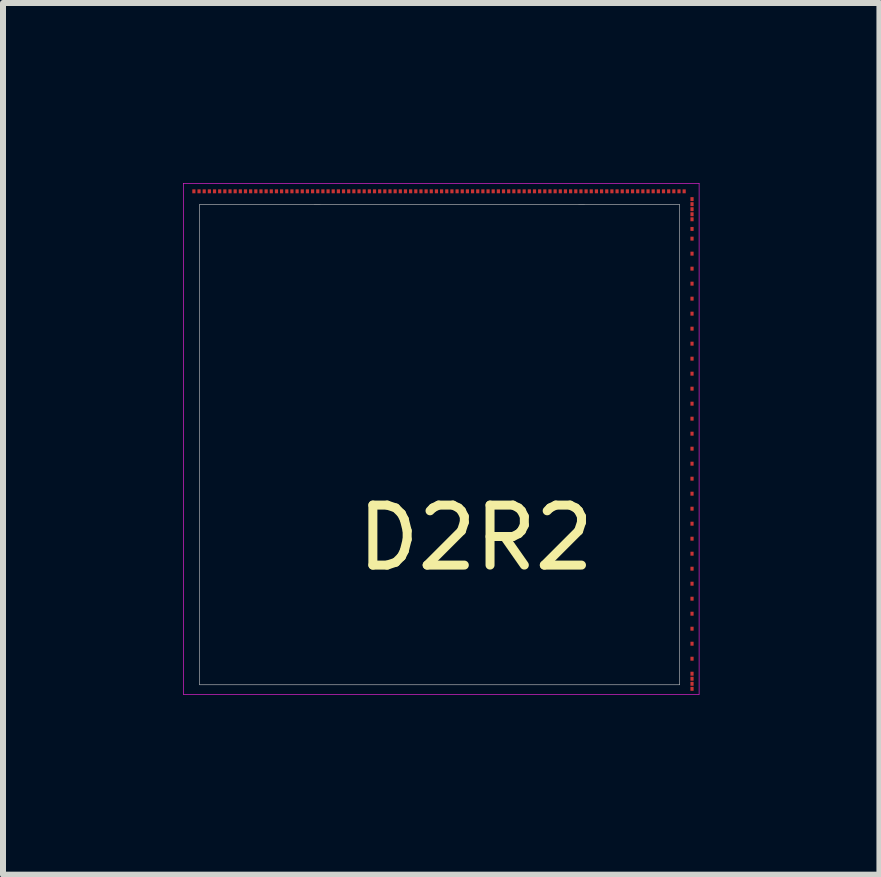
<source format=kicad_pcb>
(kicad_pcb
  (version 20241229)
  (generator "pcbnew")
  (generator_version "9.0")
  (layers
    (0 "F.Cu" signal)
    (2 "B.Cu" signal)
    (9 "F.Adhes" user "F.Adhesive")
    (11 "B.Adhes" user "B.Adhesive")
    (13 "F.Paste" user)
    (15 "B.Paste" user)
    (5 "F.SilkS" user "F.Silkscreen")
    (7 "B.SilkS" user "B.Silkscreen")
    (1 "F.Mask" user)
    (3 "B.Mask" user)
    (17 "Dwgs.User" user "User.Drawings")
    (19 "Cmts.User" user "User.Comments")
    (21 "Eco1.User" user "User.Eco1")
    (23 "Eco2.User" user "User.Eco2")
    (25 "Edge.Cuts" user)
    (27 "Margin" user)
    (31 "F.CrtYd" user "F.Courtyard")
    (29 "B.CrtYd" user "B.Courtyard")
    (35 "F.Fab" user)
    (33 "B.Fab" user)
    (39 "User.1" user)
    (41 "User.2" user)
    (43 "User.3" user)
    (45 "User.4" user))
  (footprint "D2R2"
    (layer "F.Cu")
    (at 4.168 4.302)
    (property "Reference" "D2R2" (at 0.71 1.61 0) (layer "F.SilkS") (effects (font (size 1 1) (thickness 0.15))))
    (attr through_hole)
    (fp_line (start -3.893 -3.943) (end 4.108 -3.941) (stroke (width 0.01) (type solid)) (layer "Dwgs.User"))
    (fp_line (start -3.892 4.059) (end -3.893 -3.943) (stroke (width 0.01) (type solid)) (layer "Dwgs.User"))
    (fp_line (start 4.108 -3.941) (end 4.108 4.059) (stroke (width 0.01) (type solid)) (layer "Dwgs.User"))
    (fp_line (start 4.108 4.059) (end -3.892 4.059) (stroke (width 0.01) (type solid)) (layer "Dwgs.User"))
    (fp_line (start -4.163 -4.297) (end 4.432 -4.297) (stroke (width 0.01) (type solid)) (layer "F.CrtYd"))
    (fp_line (start -4.163 4.218) (end -4.163 -4.297) (stroke (width 0.01) (type solid)) (layer "F.CrtYd"))
    (fp_line (start 4.432 -4.297) (end 4.432 4.219) (stroke (width 0.01) (type solid)) (layer "F.CrtYd"))
    (fp_line (start 4.432 4.218) (end -4.163 4.218) (stroke (width 0.01) (type solid)) (layer "F.CrtYd"))
    (pad "" smd rect (at -3.78 -3.806) (size 0.053 0.066) (layers "Eco1.User"))
    (pad "" smd rect (at -3.78 -3.556) (size 0.053 0.066) (layers "Eco1.User"))
    (pad "" smd rect (at -3.78 -3.306) (size 0.053 0.066) (layers "Eco1.User"))
    (pad "" smd rect (at -3.78 -3.056) (size 0.053 0.066) (layers "Eco1.User"))
    (pad "" smd rect (at -3.78 -2.806) (size 0.053 0.066) (layers "Eco1.User"))
    (pad "" smd rect (at -3.78 -2.556) (size 0.053 0.066) (layers "Eco1.User"))
    (pad "" smd rect (at -3.78 -2.306) (size 0.053 0.066) (layers "Eco1.User"))
    (pad "" smd rect (at -3.78 -2.056) (size 0.053 0.066) (layers "Eco1.User"))
    (pad "" smd rect (at -3.78 -1.806) (size 0.053 0.066) (layers "Eco1.User"))
    (pad "" smd rect (at -3.78 -1.556) (size 0.053 0.066) (layers "Eco1.User"))
    (pad "" smd rect (at -3.78 -1.306) (size 0.053 0.066) (layers "Eco1.User"))
    (pad "" smd rect (at -3.78 -1.056) (size 0.053 0.066) (layers "Eco1.User"))
    (pad "" smd rect (at -3.78 -0.806) (size 0.053 0.066) (layers "Eco1.User"))
    (pad "" smd rect (at -3.78 -0.556) (size 0.053 0.066) (layers "Eco1.User"))
    (pad "" smd rect (at -3.78 -0.306) (size 0.053 0.066) (layers "Eco1.User"))
    (pad "" smd rect (at -3.78 -0.056) (size 0.053 0.066) (layers "Eco1.User"))
    (pad "" smd rect (at -3.78 0.194) (size 0.053 0.066) (layers "Eco1.User"))
    (pad "" smd rect (at -3.78 0.444) (size 0.053 0.066) (layers "Eco1.User"))
    (pad "" smd rect (at -3.78 0.694) (size 0.053 0.066) (layers "Eco1.User"))
    (pad "" smd rect (at -3.78 0.944) (size 0.053 0.066) (layers "Eco1.User"))
    (pad "" smd rect (at -3.78 1.194) (size 0.053 0.066) (layers "Eco1.User"))
    (pad "" smd rect (at -3.78 1.444) (size 0.053 0.066) (layers "Eco1.User"))
    (pad "" smd rect (at -3.78 1.694) (size 0.053 0.066) (layers "Eco1.User"))
    (pad "" smd rect (at -3.78 1.944) (size 0.053 0.066) (layers "Eco1.User"))
    (pad "" smd rect (at -3.78 2.194) (size 0.053 0.066) (layers "Eco1.User"))
    (pad "" smd rect (at -3.78 2.444) (size 0.053 0.066) (layers "Eco1.User"))
    (pad "" smd rect (at -3.78 2.694) (size 0.053 0.066) (layers "Eco1.User"))
    (pad "" smd rect (at -3.78 2.944) (size 0.053 0.066) (layers "Eco1.User"))
    (pad "" smd rect (at -3.78 3.194) (size 0.053 0.066) (layers "Eco1.User"))
    (pad "" smd rect (at -3.78 3.444) (size 0.053 0.066) (layers "Eco1.User"))
    (pad "" smd rect (at -3.78 3.694) (size 0.053 0.066) (layers "Eco1.User"))
    (pad "" smd rect (at -3.78 3.944) (size 0.053 0.066) (layers "Eco1.User"))
    (pad "" smd rect (at -3.53 -3.806) (size 0.053 0.066) (layers "Eco1.User"))
    (pad "" smd rect (at -3.53 -3.556) (size 0.053 0.066) (layers "Eco1.User"))
    (pad "" smd rect (at -3.53 -3.306) (size 0.053 0.066) (layers "Eco1.User"))
    (pad "" smd rect (at -3.53 -3.056) (size 0.053 0.066) (layers "Eco1.User"))
    (pad "" smd rect (at -3.53 -2.806) (size 0.053 0.066) (layers "Eco1.User"))
    (pad "" smd rect (at -3.53 -2.556) (size 0.053 0.066) (layers "Eco1.User"))
    (pad "" smd rect (at -3.53 -2.306) (size 0.053 0.066) (layers "Eco1.User"))
    (pad "" smd rect (at -3.53 -2.056) (size 0.053 0.066) (layers "Eco1.User"))
    (pad "" smd rect (at -3.53 -1.806) (size 0.053 0.066) (layers "Eco1.User"))
    (pad "" smd rect (at -3.53 -1.556) (size 0.053 0.066) (layers "Eco1.User"))
    (pad "" smd rect (at -3.53 -1.306) (size 0.053 0.066) (layers "Eco1.User"))
    (pad "" smd rect (at -3.53 -1.056) (size 0.053 0.066) (layers "Eco1.User"))
    (pad "" smd rect (at -3.53 -0.806) (size 0.053 0.066) (layers "Eco1.User"))
    (pad "" smd rect (at -3.53 -0.556) (size 0.053 0.066) (layers "Eco1.User"))
    (pad "" smd rect (at -3.53 -0.306) (size 0.053 0.066) (layers "Eco1.User"))
    (pad "" smd rect (at -3.53 -0.056) (size 0.053 0.066) (layers "Eco1.User"))
    (pad "" smd rect (at -3.53 0.194) (size 0.053 0.066) (layers "Eco1.User"))
    (pad "" smd rect (at -3.53 0.444) (size 0.053 0.066) (layers "Eco1.User"))
    (pad "" smd rect (at -3.53 0.694) (size 0.053 0.066) (layers "Eco1.User"))
    (pad "" smd rect (at -3.53 0.944) (size 0.053 0.066) (layers "Eco1.User"))
    (pad "" smd rect (at -3.53 1.194) (size 0.053 0.066) (layers "Eco1.User"))
    (pad "" smd rect (at -3.53 1.444) (size 0.053 0.066) (layers "Eco1.User"))
    (pad "" smd rect (at -3.53 1.694) (size 0.053 0.066) (layers "Eco1.User"))
    (pad "" smd rect (at -3.53 1.944) (size 0.053 0.066) (layers "Eco1.User"))
    (pad "" smd rect (at -3.53 2.194) (size 0.053 0.066) (layers "Eco1.User"))
    (pad "" smd rect (at -3.53 2.444) (size 0.053 0.066) (layers "Eco1.User"))
    (pad "" smd rect (at -3.53 2.694) (size 0.053 0.066) (layers "Eco1.User"))
    (pad "" smd rect (at -3.53 2.944) (size 0.053 0.066) (layers "Eco1.User"))
    (pad "" smd rect (at -3.53 3.194) (size 0.053 0.066) (layers "Eco1.User"))
    (pad "" smd rect (at -3.53 3.444) (size 0.053 0.066) (layers "Eco1.User"))
    (pad "" smd rect (at -3.53 3.694) (size 0.053 0.066) (layers "Eco1.User"))
    (pad "" smd rect (at -3.53 3.944) (size 0.053 0.066) (layers "Eco1.User"))
    (pad "" smd rect (at -3.28 -3.806) (size 0.053 0.066) (layers "Eco1.User"))
    (pad "" smd rect (at -3.28 -3.556) (size 0.053 0.066) (layers "Eco1.User"))
    (pad "" smd rect (at -3.28 -3.306) (size 0.053 0.066) (layers "Eco1.User"))
    (pad "" smd rect (at -3.28 -3.056) (size 0.053 0.066) (layers "Eco1.User"))
    (pad "" smd rect (at -3.28 -2.806) (size 0.053 0.066) (layers "Eco1.User"))
    (pad "" smd rect (at -3.28 -2.556) (size 0.053 0.066) (layers "Eco1.User"))
    (pad "" smd rect (at -3.28 -2.306) (size 0.053 0.066) (layers "Eco1.User"))
    (pad "" smd rect (at -3.28 -2.056) (size 0.053 0.066) (layers "Eco1.User"))
    (pad "" smd rect (at -3.28 -1.806) (size 0.053 0.066) (layers "Eco1.User"))
    (pad "" smd rect (at -3.28 -1.556) (size 0.053 0.066) (layers "Eco1.User"))
    (pad "" smd rect (at -3.28 -1.306) (size 0.053 0.066) (layers "Eco1.User"))
    (pad "" smd rect (at -3.28 -1.056) (size 0.053 0.066) (layers "Eco1.User"))
    (pad "" smd rect (at -3.28 -0.806) (size 0.053 0.066) (layers "Eco1.User"))
    (pad "" smd rect (at -3.28 -0.556) (size 0.053 0.066) (layers "Eco1.User"))
    (pad "" smd rect (at -3.28 -0.306) (size 0.053 0.066) (layers "Eco1.User"))
    (pad "" smd rect (at -3.28 -0.056) (size 0.053 0.066) (layers "Eco1.User"))
    (pad "" smd rect (at -3.28 0.194) (size 0.053 0.066) (layers "Eco1.User"))
    (pad "" smd rect (at -3.28 0.444) (size 0.053 0.066) (layers "Eco1.User"))
    (pad "" smd rect (at -3.28 0.694) (size 0.053 0.066) (layers "Eco1.User"))
    (pad "" smd rect (at -3.28 0.944) (size 0.053 0.066) (layers "Eco1.User"))
    (pad "" smd rect (at -3.28 1.194) (size 0.053 0.066) (layers "Eco1.User"))
    (pad "" smd rect (at -3.28 1.444) (size 0.053 0.066) (layers "Eco1.User"))
    (pad "" smd rect (at -3.28 1.694) (size 0.053 0.066) (layers "Eco1.User"))
    (pad "" smd rect (at -3.28 1.944) (size 0.053 0.066) (layers "Eco1.User"))
    (pad "" smd rect (at -3.28 2.194) (size 0.053 0.066) (layers "Eco1.User"))
    (pad "" smd rect (at -3.28 2.444) (size 0.053 0.066) (layers "Eco1.User"))
    (pad "" smd rect (at -3.28 2.694) (size 0.053 0.066) (layers "Eco1.User"))
    (pad "" smd rect (at -3.28 2.944) (size 0.053 0.066) (layers "Eco1.User"))
    (pad "" smd rect (at -3.28 3.194) (size 0.053 0.066) (layers "Eco1.User"))
    (pad "" smd rect (at -3.28 3.444) (size 0.053 0.066) (layers "Eco1.User"))
    (pad "" smd rect (at -3.28 3.694) (size 0.053 0.066) (layers "Eco1.User"))
    (pad "" smd rect (at -3.28 3.944) (size 0.053 0.066) (layers "Eco1.User"))
    (pad "" smd rect (at -3.03 -3.806) (size 0.053 0.066) (layers "Eco1.User"))
    (pad "" smd rect (at -3.03 -3.556) (size 0.053 0.066) (layers "Eco1.User"))
    (pad "" smd rect (at -3.03 -3.306) (size 0.053 0.066) (layers "Eco1.User"))
    (pad "" smd rect (at -3.03 -3.056) (size 0.053 0.066) (layers "Eco1.User"))
    (pad "" smd rect (at -3.03 -2.806) (size 0.053 0.066) (layers "Eco1.User"))
    (pad "" smd rect (at -3.03 -2.556) (size 0.053 0.066) (layers "Eco1.User"))
    (pad "" smd rect (at -3.03 -2.306) (size 0.053 0.066) (layers "Eco1.User"))
    (pad "" smd rect (at -3.03 -2.056) (size 0.053 0.066) (layers "Eco1.User"))
    (pad "" smd rect (at -3.03 -1.806) (size 0.053 0.066) (layers "Eco1.User"))
    (pad "" smd rect (at -3.03 -1.556) (size 0.053 0.066) (layers "Eco1.User"))
    (pad "" smd rect (at -3.03 -1.306) (size 0.053 0.066) (layers "Eco1.User"))
    (pad "" smd rect (at -3.03 -1.056) (size 0.053 0.066) (layers "Eco1.User"))
    (pad "" smd rect (at -3.03 -0.806) (size 0.053 0.066) (layers "Eco1.User"))
    (pad "" smd rect (at -3.03 -0.556) (size 0.053 0.066) (layers "Eco1.User"))
    (pad "" smd rect (at -3.03 -0.306) (size 0.053 0.066) (layers "Eco1.User"))
    (pad "" smd rect (at -3.03 -0.056) (size 0.053 0.066) (layers "Eco1.User"))
    (pad "" smd rect (at -3.03 0.194) (size 0.053 0.066) (layers "Eco1.User"))
    (pad "" smd rect (at -3.03 0.444) (size 0.053 0.066) (layers "Eco1.User"))
    (pad "" smd rect (at -3.03 0.694) (size 0.053 0.066) (layers "Eco1.User"))
    (pad "" smd rect (at -3.03 0.944) (size 0.053 0.066) (layers "Eco1.User"))
    (pad "" smd rect (at -3.03 1.194) (size 0.053 0.066) (layers "Eco1.User"))
    (pad "" smd rect (at -3.03 1.444) (size 0.053 0.066) (layers "Eco1.User"))
    (pad "" smd rect (at -3.03 1.694) (size 0.053 0.066) (layers "Eco1.User"))
    (pad "" smd rect (at -3.03 1.944) (size 0.053 0.066) (layers "Eco1.User"))
    (pad "" smd rect (at -3.03 2.194) (size 0.053 0.066) (layers "Eco1.User"))
    (pad "" smd rect (at -3.03 2.444) (size 0.053 0.066) (layers "Eco1.User"))
    (pad "" smd rect (at -3.03 2.694) (size 0.053 0.066) (layers "Eco1.User"))
    (pad "" smd rect (at -3.03 2.944) (size 0.053 0.066) (layers "Eco1.User"))
    (pad "" smd rect (at -3.03 3.194) (size 0.053 0.066) (layers "Eco1.User"))
    (pad "" smd rect (at -3.03 3.444) (size 0.053 0.066) (layers "Eco1.User"))
    (pad "" smd rect (at -3.03 3.694) (size 0.053 0.066) (layers "Eco1.User"))
    (pad "" smd rect (at -3.03 3.944) (size 0.053 0.066) (layers "Eco1.User"))
    (pad "" smd rect (at -2.78 -3.806) (size 0.053 0.066) (layers "Eco1.User"))
    (pad "" smd rect (at -2.78 -3.556) (size 0.053 0.066) (layers "Eco1.User"))
    (pad "" smd rect (at -2.78 -3.306) (size 0.053 0.066) (layers "Eco1.User"))
    (pad "" smd rect (at -2.78 -3.056) (size 0.053 0.066) (layers "Eco1.User"))
    (pad "" smd rect (at -2.78 -2.806) (size 0.053 0.066) (layers "Eco1.User"))
    (pad "" smd rect (at -2.78 -2.556) (size 0.053 0.066) (layers "Eco1.User"))
    (pad "" smd rect (at -2.78 -2.306) (size 0.053 0.066) (layers "Eco1.User"))
    (pad "" smd rect (at -2.78 -2.056) (size 0.053 0.066) (layers "Eco1.User"))
    (pad "" smd rect (at -2.78 -1.806) (size 0.053 0.066) (layers "Eco1.User"))
    (pad "" smd rect (at -2.78 -1.556) (size 0.053 0.066) (layers "Eco1.User"))
    (pad "" smd rect (at -2.78 -1.306) (size 0.053 0.066) (layers "Eco1.User"))
    (pad "" smd rect (at -2.78 -1.056) (size 0.053 0.066) (layers "Eco1.User"))
    (pad "" smd rect (at -2.78 -0.806) (size 0.053 0.066) (layers "Eco1.User"))
    (pad "" smd rect (at -2.78 -0.556) (size 0.053 0.066) (layers "Eco1.User"))
    (pad "" smd rect (at -2.78 -0.306) (size 0.053 0.066) (layers "Eco1.User"))
    (pad "" smd rect (at -2.78 -0.056) (size 0.053 0.066) (layers "Eco1.User"))
    (pad "" smd rect (at -2.78 0.194) (size 0.053 0.066) (layers "Eco1.User"))
    (pad "" smd rect (at -2.78 0.444) (size 0.053 0.066) (layers "Eco1.User"))
    (pad "" smd rect (at -2.78 0.694) (size 0.053 0.066) (layers "Eco1.User"))
    (pad "" smd rect (at -2.78 0.944) (size 0.053 0.066) (layers "Eco1.User"))
    (pad "" smd rect (at -2.78 1.194) (size 0.053 0.066) (layers "Eco1.User"))
    (pad "" smd rect (at -2.78 1.444) (size 0.053 0.066) (layers "Eco1.User"))
    (pad "" smd rect (at -2.78 1.694) (size 0.053 0.066) (layers "Eco1.User"))
    (pad "" smd rect (at -2.78 1.944) (size 0.053 0.066) (layers "Eco1.User"))
    (pad "" smd rect (at -2.78 2.194) (size 0.053 0.066) (layers "Eco1.User"))
    (pad "" smd rect (at -2.78 2.444) (size 0.053 0.066) (layers "Eco1.User"))
    (pad "" smd rect (at -2.78 2.694) (size 0.053 0.066) (layers "Eco1.User"))
    (pad "" smd rect (at -2.78 2.944) (size 0.053 0.066) (layers "Eco1.User"))
    (pad "" smd rect (at -2.78 3.194) (size 0.053 0.066) (layers "Eco1.User"))
    (pad "" smd rect (at -2.78 3.444) (size 0.053 0.066) (layers "Eco1.User"))
    (pad "" smd rect (at -2.78 3.694) (size 0.053 0.066) (layers "Eco1.User"))
    (pad "" smd rect (at -2.78 3.944) (size 0.053 0.066) (layers "Eco1.User"))
    (pad "" smd rect (at -2.53 -3.806) (size 0.053 0.066) (layers "Eco1.User"))
    (pad "" smd rect (at -2.53 -3.556) (size 0.053 0.066) (layers "Eco1.User"))
    (pad "" smd rect (at -2.53 -3.306) (size 0.053 0.066) (layers "Eco1.User"))
    (pad "" smd rect (at -2.53 -3.056) (size 0.053 0.066) (layers "Eco1.User"))
    (pad "" smd rect (at -2.53 -2.806) (size 0.053 0.066) (layers "Eco1.User"))
    (pad "" smd rect (at -2.53 -2.556) (size 0.053 0.066) (layers "Eco1.User"))
    (pad "" smd rect (at -2.53 -2.306) (size 0.053 0.066) (layers "Eco1.User"))
    (pad "" smd rect (at -2.53 -2.056) (size 0.053 0.066) (layers "Eco1.User"))
    (pad "" smd rect (at -2.53 -1.806) (size 0.053 0.066) (layers "Eco1.User"))
    (pad "" smd rect (at -2.53 -1.556) (size 0.053 0.066) (layers "Eco1.User"))
    (pad "" smd rect (at -2.53 -1.306) (size 0.053 0.066) (layers "Eco1.User"))
    (pad "" smd rect (at -2.53 -1.056) (size 0.053 0.066) (layers "Eco1.User"))
    (pad "" smd rect (at -2.53 -0.806) (size 0.053 0.066) (layers "Eco1.User"))
    (pad "" smd rect (at -2.53 -0.556) (size 0.053 0.066) (layers "Eco1.User"))
    (pad "" smd rect (at -2.53 -0.306) (size 0.053 0.066) (layers "Eco1.User"))
    (pad "" smd rect (at -2.53 -0.056) (size 0.053 0.066) (layers "Eco1.User"))
    (pad "" smd rect (at -2.53 0.194) (size 0.053 0.066) (layers "Eco1.User"))
    (pad "" smd rect (at -2.53 0.444) (size 0.053 0.066) (layers "Eco1.User"))
    (pad "" smd rect (at -2.53 0.694) (size 0.053 0.066) (layers "Eco1.User"))
    (pad "" smd rect (at -2.53 0.944) (size 0.053 0.066) (layers "Eco1.User"))
    (pad "" smd rect (at -2.53 1.194) (size 0.053 0.066) (layers "Eco1.User"))
    (pad "" smd rect (at -2.53 1.444) (size 0.053 0.066) (layers "Eco1.User"))
    (pad "" smd rect (at -2.53 1.694) (size 0.053 0.066) (layers "Eco1.User"))
    (pad "" smd rect (at -2.53 1.944) (size 0.053 0.066) (layers "Eco1.User"))
    (pad "" smd rect (at -2.53 2.194) (size 0.053 0.066) (layers "Eco1.User"))
    (pad "" smd rect (at -2.53 2.444) (size 0.053 0.066) (layers "Eco1.User"))
    (pad "" smd rect (at -2.53 2.694) (size 0.053 0.066) (layers "Eco1.User"))
    (pad "" smd rect (at -2.53 2.944) (size 0.053 0.066) (layers "Eco1.User"))
    (pad "" smd rect (at -2.53 3.194) (size 0.053 0.066) (layers "Eco1.User"))
    (pad "" smd rect (at -2.53 3.444) (size 0.053 0.066) (layers "Eco1.User"))
    (pad "" smd rect (at -2.53 3.694) (size 0.053 0.066) (layers "Eco1.User"))
    (pad "" smd rect (at -2.53 3.944) (size 0.053 0.066) (layers "Eco1.User"))
    (pad "" smd rect (at -2.28 -3.806) (size 0.053 0.066) (layers "Eco1.User"))
    (pad "" smd rect (at -2.28 -3.556) (size 0.053 0.066) (layers "Eco1.User"))
    (pad "" smd rect (at -2.28 -3.306) (size 0.053 0.066) (layers "Eco1.User"))
    (pad "" smd rect (at -2.28 -3.056) (size 0.053 0.066) (layers "Eco1.User"))
    (pad "" smd rect (at -2.28 -2.806) (size 0.053 0.066) (layers "Eco1.User"))
    (pad "" smd rect (at -2.28 -2.556) (size 0.053 0.066) (layers "Eco1.User"))
    (pad "" smd rect (at -2.28 -2.306) (size 0.053 0.066) (layers "Eco1.User"))
    (pad "" smd rect (at -2.28 -2.056) (size 0.053 0.066) (layers "Eco1.User"))
    (pad "" smd rect (at -2.28 -1.806) (size 0.053 0.066) (layers "Eco1.User"))
    (pad "" smd rect (at -2.28 -1.556) (size 0.053 0.066) (layers "Eco1.User"))
    (pad "" smd rect (at -2.28 -1.306) (size 0.053 0.066) (layers "Eco1.User"))
    (pad "" smd rect (at -2.28 -1.056) (size 0.053 0.066) (layers "Eco1.User"))
    (pad "" smd rect (at -2.28 -0.806) (size 0.053 0.066) (layers "Eco1.User"))
    (pad "" smd rect (at -2.28 -0.556) (size 0.053 0.066) (layers "Eco1.User"))
    (pad "" smd rect (at -2.28 -0.306) (size 0.053 0.066) (layers "Eco1.User"))
    (pad "" smd rect (at -2.28 -0.056) (size 0.053 0.066) (layers "Eco1.User"))
    (pad "" smd rect (at -2.28 0.194) (size 0.053 0.066) (layers "Eco1.User"))
    (pad "" smd rect (at -2.28 0.444) (size 0.053 0.066) (layers "Eco1.User"))
    (pad "" smd rect (at -2.28 0.694) (size 0.053 0.066) (layers "Eco1.User"))
    (pad "" smd rect (at -2.28 0.944) (size 0.053 0.066) (layers "Eco1.User"))
    (pad "" smd rect (at -2.28 1.194) (size 0.053 0.066) (layers "Eco1.User"))
    (pad "" smd rect (at -2.28 1.444) (size 0.053 0.066) (layers "Eco1.User"))
    (pad "" smd rect (at -2.28 1.694) (size 0.053 0.066) (layers "Eco1.User"))
    (pad "" smd rect (at -2.28 1.944) (size 0.053 0.066) (layers "Eco1.User"))
    (pad "" smd rect (at -2.28 2.194) (size 0.053 0.066) (layers "Eco1.User"))
    (pad "" smd rect (at -2.28 2.444) (size 0.053 0.066) (layers "Eco1.User"))
    (pad "" smd rect (at -2.28 2.694) (size 0.053 0.066) (layers "Eco1.User"))
    (pad "" smd rect (at -2.28 2.944) (size 0.053 0.066) (layers "Eco1.User"))
    (pad "" smd rect (at -2.28 3.194) (size 0.053 0.066) (layers "Eco1.User"))
    (pad "" smd rect (at -2.28 3.444) (size 0.053 0.066) (layers "Eco1.User"))
    (pad "" smd rect (at -2.28 3.694) (size 0.053 0.066) (layers "Eco1.User"))
    (pad "" smd rect (at -2.28 3.944) (size 0.053 0.066) (layers "Eco1.User"))
    (pad "" smd rect (at -2.03 -3.806) (size 0.053 0.066) (layers "Eco1.User"))
    (pad "" smd rect (at -2.03 -3.556) (size 0.053 0.066) (layers "Eco1.User"))
    (pad "" smd rect (at -2.03 -3.306) (size 0.053 0.066) (layers "Eco1.User"))
    (pad "" smd rect (at -2.03 -3.056) (size 0.053 0.066) (layers "Eco1.User"))
    (pad "" smd rect (at -2.03 -2.806) (size 0.053 0.066) (layers "Eco1.User"))
    (pad "" smd rect (at -2.03 -2.556) (size 0.053 0.066) (layers "Eco1.User"))
    (pad "" smd rect (at -2.03 -2.306) (size 0.053 0.066) (layers "Eco1.User"))
    (pad "" smd rect (at -2.03 -2.056) (size 0.053 0.066) (layers "Eco1.User"))
    (pad "" smd rect (at -2.03 -1.806) (size 0.053 0.066) (layers "Eco1.User"))
    (pad "" smd rect (at -2.03 -1.556) (size 0.053 0.066) (layers "Eco1.User"))
    (pad "" smd rect (at -2.03 -1.306) (size 0.053 0.066) (layers "Eco1.User"))
    (pad "" smd rect (at -2.03 -1.056) (size 0.053 0.066) (layers "Eco1.User"))
    (pad "" smd rect (at -2.03 -0.806) (size 0.053 0.066) (layers "Eco1.User"))
    (pad "" smd rect (at -2.03 -0.556) (size 0.053 0.066) (layers "Eco1.User"))
    (pad "" smd rect (at -2.03 -0.306) (size 0.053 0.066) (layers "Eco1.User"))
    (pad "" smd rect (at -2.03 -0.056) (size 0.053 0.066) (layers "Eco1.User"))
    (pad "" smd rect (at -2.03 0.194) (size 0.053 0.066) (layers "Eco1.User"))
    (pad "" smd rect (at -2.03 0.444) (size 0.053 0.066) (layers "Eco1.User"))
    (pad "" smd rect (at -2.03 0.694) (size 0.053 0.066) (layers "Eco1.User"))
    (pad "" smd rect (at -2.03 0.944) (size 0.053 0.066) (layers "Eco1.User"))
    (pad "" smd rect (at -2.03 1.194) (size 0.053 0.066) (layers "Eco1.User"))
    (pad "" smd rect (at -2.03 1.444) (size 0.053 0.066) (layers "Eco1.User"))
    (pad "" smd rect (at -2.03 1.694) (size 0.053 0.066) (layers "Eco1.User"))
    (pad "" smd rect (at -2.03 1.944) (size 0.053 0.066) (layers "Eco1.User"))
    (pad "" smd rect (at -2.03 2.194) (size 0.053 0.066) (layers "Eco1.User"))
    (pad "" smd rect (at -2.03 2.444) (size 0.053 0.066) (layers "Eco1.User"))
    (pad "" smd rect (at -2.03 2.694) (size 0.053 0.066) (layers "Eco1.User"))
    (pad "" smd rect (at -2.03 2.944) (size 0.053 0.066) (layers "Eco1.User"))
    (pad "" smd rect (at -2.03 3.194) (size 0.053 0.066) (layers "Eco1.User"))
    (pad "" smd rect (at -2.03 3.444) (size 0.053 0.066) (layers "Eco1.User"))
    (pad "" smd rect (at -2.03 3.694) (size 0.053 0.066) (layers "Eco1.User"))
    (pad "" smd rect (at -2.03 3.944) (size 0.053 0.066) (layers "Eco1.User"))
    (pad "" smd rect (at -1.78 -3.806) (size 0.053 0.066) (layers "Eco1.User"))
    (pad "" smd rect (at -1.78 -3.556) (size 0.053 0.066) (layers "Eco1.User"))
    (pad "" smd rect (at -1.78 -3.306) (size 0.053 0.066) (layers "Eco1.User"))
    (pad "" smd rect (at -1.78 -3.056) (size 0.053 0.066) (layers "Eco1.User"))
    (pad "" smd rect (at -1.78 -2.806) (size 0.053 0.066) (layers "Eco1.User"))
    (pad "" smd rect (at -1.78 -2.556) (size 0.053 0.066) (layers "Eco1.User"))
    (pad "" smd rect (at -1.78 -2.306) (size 0.053 0.066) (layers "Eco1.User"))
    (pad "" smd rect (at -1.78 -2.056) (size 0.053 0.066) (layers "Eco1.User"))
    (pad "" smd rect (at -1.78 -1.806) (size 0.053 0.066) (layers "Eco1.User"))
    (pad "" smd rect (at -1.78 -1.556) (size 0.053 0.066) (layers "Eco1.User"))
    (pad "" smd rect (at -1.78 -1.306) (size 0.053 0.066) (layers "Eco1.User"))
    (pad "" smd rect (at -1.78 -1.056) (size 0.053 0.066) (layers "Eco1.User"))
    (pad "" smd rect (at -1.78 -0.806) (size 0.053 0.066) (layers "Eco1.User"))
    (pad "" smd rect (at -1.78 -0.556) (size 0.053 0.066) (layers "Eco1.User"))
    (pad "" smd rect (at -1.78 -0.306) (size 0.053 0.066) (layers "Eco1.User"))
    (pad "" smd rect (at -1.78 -0.056) (size 0.053 0.066) (layers "Eco1.User"))
    (pad "" smd rect (at -1.78 0.194) (size 0.053 0.066) (layers "Eco1.User"))
    (pad "" smd rect (at -1.78 0.444) (size 0.053 0.066) (layers "Eco1.User"))
    (pad "" smd rect (at -1.78 0.694) (size 0.053 0.066) (layers "Eco1.User"))
    (pad "" smd rect (at -1.78 0.944) (size 0.053 0.066) (layers "Eco1.User"))
    (pad "" smd rect (at -1.78 1.194) (size 0.053 0.066) (layers "Eco1.User"))
    (pad "" smd rect (at -1.78 1.444) (size 0.053 0.066) (layers "Eco1.User"))
    (pad "" smd rect (at -1.78 1.694) (size 0.053 0.066) (layers "Eco1.User"))
    (pad "" smd rect (at -1.78 1.944) (size 0.053 0.066) (layers "Eco1.User"))
    (pad "" smd rect (at -1.78 2.194) (size 0.053 0.066) (layers "Eco1.User"))
    (pad "" smd rect (at -1.78 2.444) (size 0.053 0.066) (layers "Eco1.User"))
    (pad "" smd rect (at -1.78 2.694) (size 0.053 0.066) (layers "Eco1.User"))
    (pad "" smd rect (at -1.78 2.944) (size 0.053 0.066) (layers "Eco1.User"))
    (pad "" smd rect (at -1.78 3.194) (size 0.053 0.066) (layers "Eco1.User"))
    (pad "" smd rect (at -1.78 3.444) (size 0.053 0.066) (layers "Eco1.User"))
    (pad "" smd rect (at -1.78 3.694) (size 0.053 0.066) (layers "Eco1.User"))
    (pad "" smd rect (at -1.78 3.944) (size 0.053 0.066) (layers "Eco1.User"))
    (pad "" smd rect (at -1.53 -3.806) (size 0.053 0.066) (layers "Eco1.User"))
    (pad "" smd rect (at -1.53 -3.556) (size 0.053 0.066) (layers "Eco1.User"))
    (pad "" smd rect (at -1.53 -3.306) (size 0.053 0.066) (layers "Eco1.User"))
    (pad "" smd rect (at -1.53 -3.056) (size 0.053 0.066) (layers "Eco1.User"))
    (pad "" smd rect (at -1.53 -2.806) (size 0.053 0.066) (layers "Eco1.User"))
    (pad "" smd rect (at -1.53 -2.556) (size 0.053 0.066) (layers "Eco1.User"))
    (pad "" smd rect (at -1.53 -2.306) (size 0.053 0.066) (layers "Eco1.User"))
    (pad "" smd rect (at -1.53 -2.056) (size 0.053 0.066) (layers "Eco1.User"))
    (pad "" smd rect (at -1.53 -1.806) (size 0.053 0.066) (layers "Eco1.User"))
    (pad "" smd rect (at -1.53 -1.556) (size 0.053 0.066) (layers "Eco1.User"))
    (pad "" smd rect (at -1.53 -1.306) (size 0.053 0.066) (layers "Eco1.User"))
    (pad "" smd rect (at -1.53 -1.056) (size 0.053 0.066) (layers "Eco1.User"))
    (pad "" smd rect (at -1.53 -0.806) (size 0.053 0.066) (layers "Eco1.User"))
    (pad "" smd rect (at -1.53 -0.556) (size 0.053 0.066) (layers "Eco1.User"))
    (pad "" smd rect (at -1.53 -0.306) (size 0.053 0.066) (layers "Eco1.User"))
    (pad "" smd rect (at -1.53 -0.056) (size 0.053 0.066) (layers "Eco1.User"))
    (pad "" smd rect (at -1.53 0.194) (size 0.053 0.066) (layers "Eco1.User"))
    (pad "" smd rect (at -1.53 0.444) (size 0.053 0.066) (layers "Eco1.User"))
    (pad "" smd rect (at -1.53 0.694) (size 0.053 0.066) (layers "Eco1.User"))
    (pad "" smd rect (at -1.53 0.944) (size 0.053 0.066) (layers "Eco1.User"))
    (pad "" smd rect (at -1.53 1.194) (size 0.053 0.066) (layers "Eco1.User"))
    (pad "" smd rect (at -1.53 1.444) (size 0.053 0.066) (layers "Eco1.User"))
    (pad "" smd rect (at -1.53 1.694) (size 0.053 0.066) (layers "Eco1.User"))
    (pad "" smd rect (at -1.53 1.944) (size 0.053 0.066) (layers "Eco1.User"))
    (pad "" smd rect (at -1.53 2.194) (size 0.053 0.066) (layers "Eco1.User"))
    (pad "" smd rect (at -1.53 2.444) (size 0.053 0.066) (layers "Eco1.User"))
    (pad "" smd rect (at -1.53 2.694) (size 0.053 0.066) (layers "Eco1.User"))
    (pad "" smd rect (at -1.53 2.944) (size 0.053 0.066) (layers "Eco1.User"))
    (pad "" smd rect (at -1.53 3.194) (size 0.053 0.066) (layers "Eco1.User"))
    (pad "" smd rect (at -1.53 3.444) (size 0.053 0.066) (layers "Eco1.User"))
    (pad "" smd rect (at -1.53 3.694) (size 0.053 0.066) (layers "Eco1.User"))
    (pad "" smd rect (at -1.53 3.944) (size 0.053 0.066) (layers "Eco1.User"))
    (pad "" smd rect (at -1.28 -3.806) (size 0.053 0.066) (layers "Eco1.User"))
    (pad "" smd rect (at -1.28 -3.556) (size 0.053 0.066) (layers "Eco1.User"))
    (pad "" smd rect (at -1.28 -3.306) (size 0.053 0.066) (layers "Eco1.User"))
    (pad "" smd rect (at -1.28 -3.056) (size 0.053 0.066) (layers "Eco1.User"))
    (pad "" smd rect (at -1.28 -2.806) (size 0.053 0.066) (layers "Eco1.User"))
    (pad "" smd rect (at -1.28 -2.556) (size 0.053 0.066) (layers "Eco1.User"))
    (pad "" smd rect (at -1.28 -2.306) (size 0.053 0.066) (layers "Eco1.User"))
    (pad "" smd rect (at -1.28 -2.056) (size 0.053 0.066) (layers "Eco1.User"))
    (pad "" smd rect (at -1.28 -1.806) (size 0.053 0.066) (layers "Eco1.User"))
    (pad "" smd rect (at -1.28 -1.556) (size 0.053 0.066) (layers "Eco1.User"))
    (pad "" smd rect (at -1.28 -1.306) (size 0.053 0.066) (layers "Eco1.User"))
    (pad "" smd rect (at -1.28 -1.056) (size 0.053 0.066) (layers "Eco1.User"))
    (pad "" smd rect (at -1.28 -0.806) (size 0.053 0.066) (layers "Eco1.User"))
    (pad "" smd rect (at -1.28 -0.556) (size 0.053 0.066) (layers "Eco1.User"))
    (pad "" smd rect (at -1.28 -0.306) (size 0.053 0.066) (layers "Eco1.User"))
    (pad "" smd rect (at -1.28 -0.056) (size 0.053 0.066) (layers "Eco1.User"))
    (pad "" smd rect (at -1.28 0.194) (size 0.053 0.066) (layers "Eco1.User"))
    (pad "" smd rect (at -1.28 0.444) (size 0.053 0.066) (layers "Eco1.User"))
    (pad "" smd rect (at -1.28 0.694) (size 0.053 0.066) (layers "Eco1.User"))
    (pad "" smd rect (at -1.28 0.944) (size 0.053 0.066) (layers "Eco1.User"))
    (pad "" smd rect (at -1.28 1.194) (size 0.053 0.066) (layers "Eco1.User"))
    (pad "" smd rect (at -1.28 1.444) (size 0.053 0.066) (layers "Eco1.User"))
    (pad "" smd rect (at -1.28 1.694) (size 0.053 0.066) (layers "Eco1.User"))
    (pad "" smd rect (at -1.28 1.944) (size 0.053 0.066) (layers "Eco1.User"))
    (pad "" smd rect (at -1.28 2.194) (size 0.053 0.066) (layers "Eco1.User"))
    (pad "" smd rect (at -1.28 2.444) (size 0.053 0.066) (layers "Eco1.User"))
    (pad "" smd rect (at -1.28 2.694) (size 0.053 0.066) (layers "Eco1.User"))
    (pad "" smd rect (at -1.28 2.944) (size 0.053 0.066) (layers "Eco1.User"))
    (pad "" smd rect (at -1.28 3.194) (size 0.053 0.066) (layers "Eco1.User"))
    (pad "" smd rect (at -1.28 3.444) (size 0.053 0.066) (layers "Eco1.User"))
    (pad "" smd rect (at -1.28 3.694) (size 0.053 0.066) (layers "Eco1.User"))
    (pad "" smd rect (at -1.28 3.944) (size 0.053 0.066) (layers "Eco1.User"))
    (pad "" smd rect (at -1.03 -3.806) (size 0.053 0.066) (layers "Eco1.User"))
    (pad "" smd rect (at -1.03 -3.556) (size 0.053 0.066) (layers "Eco1.User"))
    (pad "" smd rect (at -1.03 -3.306) (size 0.053 0.066) (layers "Eco1.User"))
    (pad "" smd rect (at -1.03 -3.056) (size 0.053 0.066) (layers "Eco1.User"))
    (pad "" smd rect (at -1.03 -2.806) (size 0.053 0.066) (layers "Eco1.User"))
    (pad "" smd rect (at -1.03 -2.556) (size 0.053 0.066) (layers "Eco1.User"))
    (pad "" smd rect (at -1.03 -2.306) (size 0.053 0.066) (layers "Eco1.User"))
    (pad "" smd rect (at -1.03 -2.056) (size 0.053 0.066) (layers "Eco1.User"))
    (pad "" smd rect (at -1.03 -1.806) (size 0.053 0.066) (layers "Eco1.User"))
    (pad "" smd rect (at -1.03 -1.556) (size 0.053 0.066) (layers "Eco1.User"))
    (pad "" smd rect (at -1.03 -1.306) (size 0.053 0.066) (layers "Eco1.User"))
    (pad "" smd rect (at -1.03 -1.056) (size 0.053 0.066) (layers "Eco1.User"))
    (pad "" smd rect (at -1.03 -0.806) (size 0.053 0.066) (layers "Eco1.User"))
    (pad "" smd rect (at -1.03 -0.556) (size 0.053 0.066) (layers "Eco1.User"))
    (pad "" smd rect (at -1.03 -0.306) (size 0.053 0.066) (layers "Eco1.User"))
    (pad "" smd rect (at -1.03 -0.056) (size 0.053 0.066) (layers "Eco1.User"))
    (pad "" smd rect (at -1.03 0.194) (size 0.053 0.066) (layers "Eco1.User"))
    (pad "" smd rect (at -1.03 0.444) (size 0.053 0.066) (layers "Eco1.User"))
    (pad "" smd rect (at -1.03 0.694) (size 0.053 0.066) (layers "Eco1.User"))
    (pad "" smd rect (at -1.03 0.944) (size 0.053 0.066) (layers "Eco1.User"))
    (pad "" smd rect (at -1.03 1.194) (size 0.053 0.066) (layers "Eco1.User"))
    (pad "" smd rect (at -1.03 1.444) (size 0.053 0.066) (layers "Eco1.User"))
    (pad "" smd rect (at -1.03 1.694) (size 0.053 0.066) (layers "Eco1.User"))
    (pad "" smd rect (at -1.03 1.944) (size 0.053 0.066) (layers "Eco1.User"))
    (pad "" smd rect (at -1.03 2.194) (size 0.053 0.066) (layers "Eco1.User"))
    (pad "" smd rect (at -1.03 2.444) (size 0.053 0.066) (layers "Eco1.User"))
    (pad "" smd rect (at -1.03 2.694) (size 0.053 0.066) (layers "Eco1.User"))
    (pad "" smd rect (at -1.03 2.944) (size 0.053 0.066) (layers "Eco1.User"))
    (pad "" smd rect (at -1.03 3.194) (size 0.053 0.066) (layers "Eco1.User"))
    (pad "" smd rect (at -1.03 3.444) (size 0.053 0.066) (layers "Eco1.User"))
    (pad "" smd rect (at -1.03 3.694) (size 0.053 0.066) (layers "Eco1.User"))
    (pad "" smd rect (at -1.03 3.944) (size 0.053 0.066) (layers "Eco1.User"))
    (pad "" smd rect (at -0.78 -3.806) (size 0.053 0.066) (layers "Eco1.User"))
    (pad "" smd rect (at -0.78 -3.556) (size 0.053 0.066) (layers "Eco1.User"))
    (pad "" smd rect (at -0.78 -3.306) (size 0.053 0.066) (layers "Eco1.User"))
    (pad "" smd rect (at -0.78 -3.056) (size 0.053 0.066) (layers "Eco1.User"))
    (pad "" smd rect (at -0.78 -2.806) (size 0.053 0.066) (layers "Eco1.User"))
    (pad "" smd rect (at -0.78 -2.556) (size 0.053 0.066) (layers "Eco1.User"))
    (pad "" smd rect (at -0.78 -2.306) (size 0.053 0.066) (layers "Eco1.User"))
    (pad "" smd rect (at -0.78 -2.056) (size 0.053 0.066) (layers "Eco1.User"))
    (pad "" smd rect (at -0.78 -1.806) (size 0.053 0.066) (layers "Eco1.User"))
    (pad "" smd rect (at -0.78 -1.556) (size 0.053 0.066) (layers "Eco1.User"))
    (pad "" smd rect (at -0.78 -1.306) (size 0.053 0.066) (layers "Eco1.User"))
    (pad "" smd rect (at -0.78 -1.056) (size 0.053 0.066) (layers "Eco1.User"))
    (pad "" smd rect (at -0.78 -0.806) (size 0.053 0.066) (layers "Eco1.User"))
    (pad "" smd rect (at -0.78 -0.556) (size 0.053 0.066) (layers "Eco1.User"))
    (pad "" smd rect (at -0.78 -0.306) (size 0.053 0.066) (layers "Eco1.User"))
    (pad "" smd rect (at -0.78 -0.056) (size 0.053 0.066) (layers "Eco1.User"))
    (pad "" smd rect (at -0.78 0.194) (size 0.053 0.066) (layers "Eco1.User"))
    (pad "" smd rect (at -0.78 0.444) (size 0.053 0.066) (layers "Eco1.User"))
    (pad "" smd rect (at -0.78 0.694) (size 0.053 0.066) (layers "Eco1.User"))
    (pad "" smd rect (at -0.78 0.944) (size 0.053 0.066) (layers "Eco1.User"))
    (pad "" smd rect (at -0.78 1.194) (size 0.053 0.066) (layers "Eco1.User"))
    (pad "" smd rect (at -0.78 1.444) (size 0.053 0.066) (layers "Eco1.User"))
    (pad "" smd rect (at -0.78 1.694) (size 0.053 0.066) (layers "Eco1.User"))
    (pad "" smd rect (at -0.78 1.944) (size 0.053 0.066) (layers "Eco1.User"))
    (pad "" smd rect (at -0.78 2.194) (size 0.053 0.066) (layers "Eco1.User"))
    (pad "" smd rect (at -0.78 2.444) (size 0.053 0.066) (layers "Eco1.User"))
    (pad "" smd rect (at -0.78 2.694) (size 0.053 0.066) (layers "Eco1.User"))
    (pad "" smd rect (at -0.78 2.944) (size 0.053 0.066) (layers "Eco1.User"))
    (pad "" smd rect (at -0.78 3.194) (size 0.053 0.066) (layers "Eco1.User"))
    (pad "" smd rect (at -0.78 3.444) (size 0.053 0.066) (layers "Eco1.User"))
    (pad "" smd rect (at -0.78 3.694) (size 0.053 0.066) (layers "Eco1.User"))
    (pad "" smd rect (at -0.78 3.944) (size 0.053 0.066) (layers "Eco1.User"))
    (pad "" smd rect (at -0.53 -3.806) (size 0.053 0.066) (layers "Eco1.User"))
    (pad "" smd rect (at -0.53 -3.556) (size 0.053 0.066) (layers "Eco1.User"))
    (pad "" smd rect (at -0.53 -3.306) (size 0.053 0.066) (layers "Eco1.User"))
    (pad "" smd rect (at -0.53 -3.056) (size 0.053 0.066) (layers "Eco1.User"))
    (pad "" smd rect (at -0.53 -2.806) (size 0.053 0.066) (layers "Eco1.User"))
    (pad "" smd rect (at -0.53 -2.556) (size 0.053 0.066) (layers "Eco1.User"))
    (pad "" smd rect (at -0.53 -2.306) (size 0.053 0.066) (layers "Eco1.User"))
    (pad "" smd rect (at -0.53 -2.056) (size 0.053 0.066) (layers "Eco1.User"))
    (pad "" smd rect (at -0.53 -1.806) (size 0.053 0.066) (layers "Eco1.User"))
    (pad "" smd rect (at -0.53 -1.556) (size 0.053 0.066) (layers "Eco1.User"))
    (pad "" smd rect (at -0.53 -1.306) (size 0.053 0.066) (layers "Eco1.User"))
    (pad "" smd rect (at -0.53 -1.056) (size 0.053 0.066) (layers "Eco1.User"))
    (pad "" smd rect (at -0.53 -0.806) (size 0.053 0.066) (layers "Eco1.User"))
    (pad "" smd rect (at -0.53 -0.556) (size 0.053 0.066) (layers "Eco1.User"))
    (pad "" smd rect (at -0.53 -0.306) (size 0.053 0.066) (layers "Eco1.User"))
    (pad "" smd rect (at -0.53 -0.056) (size 0.053 0.066) (layers "Eco1.User"))
    (pad "" smd rect (at -0.53 0.194) (size 0.053 0.066) (layers "Eco1.User"))
    (pad "" smd rect (at -0.53 0.444) (size 0.053 0.066) (layers "Eco1.User"))
    (pad "" smd rect (at -0.53 0.694) (size 0.053 0.066) (layers "Eco1.User"))
    (pad "" smd rect (at -0.53 0.944) (size 0.053 0.066) (layers "Eco1.User"))
    (pad "" smd rect (at -0.53 1.194) (size 0.053 0.066) (layers "Eco1.User"))
    (pad "" smd rect (at -0.53 1.444) (size 0.053 0.066) (layers "Eco1.User"))
    (pad "" smd rect (at -0.53 1.694) (size 0.053 0.066) (layers "Eco1.User"))
    (pad "" smd rect (at -0.53 1.944) (size 0.053 0.066) (layers "Eco1.User"))
    (pad "" smd rect (at -0.53 2.194) (size 0.053 0.066) (layers "Eco1.User"))
    (pad "" smd rect (at -0.53 2.444) (size 0.053 0.066) (layers "Eco1.User"))
    (pad "" smd rect (at -0.53 2.694) (size 0.053 0.066) (layers "Eco1.User"))
    (pad "" smd rect (at -0.53 2.944) (size 0.053 0.066) (layers "Eco1.User"))
    (pad "" smd rect (at -0.53 3.194) (size 0.053 0.066) (layers "Eco1.User"))
    (pad "" smd rect (at -0.53 3.444) (size 0.053 0.066) (layers "Eco1.User"))
    (pad "" smd rect (at -0.53 3.694) (size 0.053 0.066) (layers "Eco1.User"))
    (pad "" smd rect (at -0.53 3.944) (size 0.053 0.066) (layers "Eco1.User"))
    (pad "" smd rect (at -0.28 -3.806) (size 0.053 0.066) (layers "Eco1.User"))
    (pad "" smd rect (at -0.28 -3.556) (size 0.053 0.066) (layers "Eco1.User"))
    (pad "" smd rect (at -0.28 -3.306) (size 0.053 0.066) (layers "Eco1.User"))
    (pad "" smd rect (at -0.28 -3.056) (size 0.053 0.066) (layers "Eco1.User"))
    (pad "" smd rect (at -0.28 -2.806) (size 0.053 0.066) (layers "Eco1.User"))
    (pad "" smd rect (at -0.28 -2.556) (size 0.053 0.066) (layers "Eco1.User"))
    (pad "" smd rect (at -0.28 -2.306) (size 0.053 0.066) (layers "Eco1.User"))
    (pad "" smd rect (at -0.28 -2.056) (size 0.053 0.066) (layers "Eco1.User"))
    (pad "" smd rect (at -0.28 -1.806) (size 0.053 0.066) (layers "Eco1.User"))
    (pad "" smd rect (at -0.28 -1.556) (size 0.053 0.066) (layers "Eco1.User"))
    (pad "" smd rect (at -0.28 -1.306) (size 0.053 0.066) (layers "Eco1.User"))
    (pad "" smd rect (at -0.28 -1.056) (size 0.053 0.066) (layers "Eco1.User"))
    (pad "" smd rect (at -0.28 -0.806) (size 0.053 0.066) (layers "Eco1.User"))
    (pad "" smd rect (at -0.28 -0.556) (size 0.053 0.066) (layers "Eco1.User"))
    (pad "" smd rect (at -0.28 -0.306) (size 0.053 0.066) (layers "Eco1.User"))
    (pad "" smd rect (at -0.28 -0.056) (size 0.053 0.066) (layers "Eco1.User"))
    (pad "" smd rect (at -0.28 0.194) (size 0.053 0.066) (layers "Eco1.User"))
    (pad "" smd rect (at -0.28 0.444) (size 0.053 0.066) (layers "Eco1.User"))
    (pad "" smd rect (at -0.28 0.694) (size 0.053 0.066) (layers "Eco1.User"))
    (pad "" smd rect (at -0.28 0.944) (size 0.053 0.066) (layers "Eco1.User"))
    (pad "" smd rect (at -0.28 1.194) (size 0.053 0.066) (layers "Eco1.User"))
    (pad "" smd rect (at -0.28 1.444) (size 0.053 0.066) (layers "Eco1.User"))
    (pad "" smd rect (at -0.28 1.694) (size 0.053 0.066) (layers "Eco1.User"))
    (pad "" smd rect (at -0.28 1.944) (size 0.053 0.066) (layers "Eco1.User"))
    (pad "" smd rect (at -0.28 2.194) (size 0.053 0.066) (layers "Eco1.User"))
    (pad "" smd rect (at -0.28 2.444) (size 0.053 0.066) (layers "Eco1.User"))
    (pad "" smd rect (at -0.28 2.694) (size 0.053 0.066) (layers "Eco1.User"))
    (pad "" smd rect (at -0.28 2.944) (size 0.053 0.066) (layers "Eco1.User"))
    (pad "" smd rect (at -0.28 3.194) (size 0.053 0.066) (layers "Eco1.User"))
    (pad "" smd rect (at -0.28 3.444) (size 0.053 0.066) (layers "Eco1.User"))
    (pad "" smd rect (at -0.28 3.694) (size 0.053 0.066) (layers "Eco1.User"))
    (pad "" smd rect (at -0.28 3.944) (size 0.053 0.066) (layers "Eco1.User"))
    (pad "" smd rect (at -0.03 -3.806) (size 0.053 0.066) (layers "Eco1.User"))
    (pad "" smd rect (at -0.03 -3.556) (size 0.053 0.066) (layers "Eco1.User"))
    (pad "" smd rect (at -0.03 -3.306) (size 0.053 0.066) (layers "Eco1.User"))
    (pad "" smd rect (at -0.03 -3.056) (size 0.053 0.066) (layers "Eco1.User"))
    (pad "" smd rect (at -0.03 -2.806) (size 0.053 0.066) (layers "Eco1.User"))
    (pad "" smd rect (at -0.03 -2.556) (size 0.053 0.066) (layers "Eco1.User"))
    (pad "" smd rect (at -0.03 -2.306) (size 0.053 0.066) (layers "Eco1.User"))
    (pad "" smd rect (at -0.03 -2.056) (size 0.053 0.066) (layers "Eco1.User"))
    (pad "" smd rect (at -0.03 -1.806) (size 0.053 0.066) (layers "Eco1.User"))
    (pad "" smd rect (at -0.03 -1.556) (size 0.053 0.066) (layers "Eco1.User"))
    (pad "" smd rect (at -0.03 -1.306) (size 0.053 0.066) (layers "Eco1.User"))
    (pad "" smd rect (at -0.03 -1.056) (size 0.053 0.066) (layers "Eco1.User"))
    (pad "" smd rect (at -0.03 -0.806) (size 0.053 0.066) (layers "Eco1.User"))
    (pad "" smd rect (at -0.03 -0.556) (size 0.053 0.066) (layers "Eco1.User"))
    (pad "" smd rect (at -0.03 -0.306) (size 0.053 0.066) (layers "Eco1.User"))
    (pad "" smd rect (at -0.03 -0.056) (size 0.053 0.066) (layers "Eco1.User"))
    (pad "" smd rect (at -0.03 0.194) (size 0.053 0.066) (layers "Eco1.User"))
    (pad "" smd rect (at -0.03 0.444) (size 0.053 0.066) (layers "Eco1.User"))
    (pad "" smd rect (at -0.03 0.694) (size 0.053 0.066) (layers "Eco1.User"))
    (pad "" smd rect (at -0.03 0.944) (size 0.053 0.066) (layers "Eco1.User"))
    (pad "" smd rect (at -0.03 1.194) (size 0.053 0.066) (layers "Eco1.User"))
    (pad "" smd rect (at -0.03 1.444) (size 0.053 0.066) (layers "Eco1.User"))
    (pad "" smd rect (at -0.03 1.694) (size 0.053 0.066) (layers "Eco1.User"))
    (pad "" smd rect (at -0.03 1.944) (size 0.053 0.066) (layers "Eco1.User"))
    (pad "" smd rect (at -0.03 2.194) (size 0.053 0.066) (layers "Eco1.User"))
    (pad "" smd rect (at -0.03 2.444) (size 0.053 0.066) (layers "Eco1.User"))
    (pad "" smd rect (at -0.03 2.694) (size 0.053 0.066) (layers "Eco1.User"))
    (pad "" smd rect (at -0.03 2.944) (size 0.053 0.066) (layers "Eco1.User"))
    (pad "" smd rect (at -0.03 3.194) (size 0.053 0.066) (layers "Eco1.User"))
    (pad "" smd rect (at -0.03 3.444) (size 0.053 0.066) (layers "Eco1.User"))
    (pad "" smd rect (at -0.03 3.694) (size 0.053 0.066) (layers "Eco1.User"))
    (pad "" smd rect (at -0.03 3.944) (size 0.053 0.066) (layers "Eco1.User"))
    (pad "" smd rect (at 0.22 -3.806) (size 0.053 0.066) (layers "Eco1.User"))
    (pad "" smd rect (at 0.22 -3.556) (size 0.053 0.066) (layers "Eco1.User"))
    (pad "" smd rect (at 0.22 -3.306) (size 0.053 0.066) (layers "Eco1.User"))
    (pad "" smd rect (at 0.22 -3.056) (size 0.053 0.066) (layers "Eco1.User"))
    (pad "" smd rect (at 0.22 -2.806) (size 0.053 0.066) (layers "Eco1.User"))
    (pad "" smd rect (at 0.22 -2.556) (size 0.053 0.066) (layers "Eco1.User"))
    (pad "" smd rect (at 0.22 -2.306) (size 0.053 0.066) (layers "Eco1.User"))
    (pad "" smd rect (at 0.22 -2.056) (size 0.053 0.066) (layers "Eco1.User"))
    (pad "" smd rect (at 0.22 -1.806) (size 0.053 0.066) (layers "Eco1.User"))
    (pad "" smd rect (at 0.22 -1.556) (size 0.053 0.066) (layers "Eco1.User"))
    (pad "" smd rect (at 0.22 -1.306) (size 0.053 0.066) (layers "Eco1.User"))
    (pad "" smd rect (at 0.22 -1.056) (size 0.053 0.066) (layers "Eco1.User"))
    (pad "" smd rect (at 0.22 -0.806) (size 0.053 0.066) (layers "Eco1.User"))
    (pad "" smd rect (at 0.22 -0.556) (size 0.053 0.066) (layers "Eco1.User"))
    (pad "" smd rect (at 0.22 -0.306) (size 0.053 0.066) (layers "Eco1.User"))
    (pad "" smd rect (at 0.22 -0.056) (size 0.053 0.066) (layers "Eco1.User"))
    (pad "" smd rect (at 0.22 0.194) (size 0.053 0.066) (layers "Eco1.User"))
    (pad "" smd rect (at 0.22 0.444) (size 0.053 0.066) (layers "Eco1.User"))
    (pad "" smd rect (at 0.22 0.694) (size 0.053 0.066) (layers "Eco1.User"))
    (pad "" smd rect (at 0.22 0.944) (size 0.053 0.066) (layers "Eco1.User"))
    (pad "" smd rect (at 0.22 1.194) (size 0.053 0.066) (layers "Eco1.User"))
    (pad "" smd rect (at 0.22 1.444) (size 0.053 0.066) (layers "Eco1.User"))
    (pad "" smd rect (at 0.22 1.694) (size 0.053 0.066) (layers "Eco1.User"))
    (pad "" smd rect (at 0.22 1.944) (size 0.053 0.066) (layers "Eco1.User"))
    (pad "" smd rect (at 0.22 2.194) (size 0.053 0.066) (layers "Eco1.User"))
    (pad "" smd rect (at 0.22 2.444) (size 0.053 0.066) (layers "Eco1.User"))
    (pad "" smd rect (at 0.22 2.694) (size 0.053 0.066) (layers "Eco1.User"))
    (pad "" smd rect (at 0.22 2.944) (size 0.053 0.066) (layers "Eco1.User"))
    (pad "" smd rect (at 0.22 3.194) (size 0.053 0.066) (layers "Eco1.User"))
    (pad "" smd rect (at 0.22 3.444) (size 0.053 0.066) (layers "Eco1.User"))
    (pad "" smd rect (at 0.22 3.694) (size 0.053 0.066) (layers "Eco1.User"))
    (pad "" smd rect (at 0.22 3.944) (size 0.053 0.066) (layers "Eco1.User"))
    (pad "" smd rect (at 0.47 -3.806) (size 0.053 0.066) (layers "Eco1.User"))
    (pad "" smd rect (at 0.47 -3.556) (size 0.053 0.066) (layers "Eco1.User"))
    (pad "" smd rect (at 0.47 -3.306) (size 0.053 0.066) (layers "Eco1.User"))
    (pad "" smd rect (at 0.47 -3.056) (size 0.053 0.066) (layers "Eco1.User"))
    (pad "" smd rect (at 0.47 -2.806) (size 0.053 0.066) (layers "Eco1.User"))
    (pad "" smd rect (at 0.47 -2.556) (size 0.053 0.066) (layers "Eco1.User"))
    (pad "" smd rect (at 0.47 -2.306) (size 0.053 0.066) (layers "Eco1.User"))
    (pad "" smd rect (at 0.47 -2.056) (size 0.053 0.066) (layers "Eco1.User"))
    (pad "" smd rect (at 0.47 -1.806) (size 0.053 0.066) (layers "Eco1.User"))
    (pad "" smd rect (at 0.47 -1.556) (size 0.053 0.066) (layers "Eco1.User"))
    (pad "" smd rect (at 0.47 -1.306) (size 0.053 0.066) (layers "Eco1.User"))
    (pad "" smd rect (at 0.47 -1.056) (size 0.053 0.066) (layers "Eco1.User"))
    (pad "" smd rect (at 0.47 -0.806) (size 0.053 0.066) (layers "Eco1.User"))
    (pad "" smd rect (at 0.47 -0.556) (size 0.053 0.066) (layers "Eco1.User"))
    (pad "" smd rect (at 0.47 -0.306) (size 0.053 0.066) (layers "Eco1.User"))
    (pad "" smd rect (at 0.47 -0.056) (size 0.053 0.066) (layers "Eco1.User"))
    (pad "" smd rect (at 0.47 0.194) (size 0.053 0.066) (layers "Eco1.User"))
    (pad "" smd rect (at 0.47 0.444) (size 0.053 0.066) (layers "Eco1.User"))
    (pad "" smd rect (at 0.47 0.694) (size 0.053 0.066) (layers "Eco1.User"))
    (pad "" smd rect (at 0.47 0.944) (size 0.053 0.066) (layers "Eco1.User"))
    (pad "" smd rect (at 0.47 1.194) (size 0.053 0.066) (layers "Eco1.User"))
    (pad "" smd rect (at 0.47 1.444) (size 0.053 0.066) (layers "Eco1.User"))
    (pad "" smd rect (at 0.47 1.694) (size 0.053 0.066) (layers "Eco1.User"))
    (pad "" smd rect (at 0.47 1.944) (size 0.053 0.066) (layers "Eco1.User"))
    (pad "" smd rect (at 0.47 2.194) (size 0.053 0.066) (layers "Eco1.User"))
    (pad "" smd rect (at 0.47 2.444) (size 0.053 0.066) (layers "Eco1.User"))
    (pad "" smd rect (at 0.47 2.694) (size 0.053 0.066) (layers "Eco1.User"))
    (pad "" smd rect (at 0.47 2.944) (size 0.053 0.066) (layers "Eco1.User"))
    (pad "" smd rect (at 0.47 3.194) (size 0.053 0.066) (layers "Eco1.User"))
    (pad "" smd rect (at 0.47 3.444) (size 0.053 0.066) (layers "Eco1.User"))
    (pad "" smd rect (at 0.47 3.694) (size 0.053 0.066) (layers "Eco1.User"))
    (pad "" smd rect (at 0.47 3.944) (size 0.053 0.066) (layers "Eco1.User"))
    (pad "" smd rect (at 0.72 -3.806) (size 0.053 0.066) (layers "Eco1.User"))
    (pad "" smd rect (at 0.72 -3.556) (size 0.053 0.066) (layers "Eco1.User"))
    (pad "" smd rect (at 0.72 -3.306) (size 0.053 0.066) (layers "Eco1.User"))
    (pad "" smd rect (at 0.72 -3.056) (size 0.053 0.066) (layers "Eco1.User"))
    (pad "" smd rect (at 0.72 -2.806) (size 0.053 0.066) (layers "Eco1.User"))
    (pad "" smd rect (at 0.72 -2.556) (size 0.053 0.066) (layers "Eco1.User"))
    (pad "" smd rect (at 0.72 -2.306) (size 0.053 0.066) (layers "Eco1.User"))
    (pad "" smd rect (at 0.72 -2.056) (size 0.053 0.066) (layers "Eco1.User"))
    (pad "" smd rect (at 0.72 -1.806) (size 0.053 0.066) (layers "Eco1.User"))
    (pad "" smd rect (at 0.72 -1.556) (size 0.053 0.066) (layers "Eco1.User"))
    (pad "" smd rect (at 0.72 -1.306) (size 0.053 0.066) (layers "Eco1.User"))
    (pad "" smd rect (at 0.72 -1.056) (size 0.053 0.066) (layers "Eco1.User"))
    (pad "" smd rect (at 0.72 -0.806) (size 0.053 0.066) (layers "Eco1.User"))
    (pad "" smd rect (at 0.72 -0.556) (size 0.053 0.066) (layers "Eco1.User"))
    (pad "" smd rect (at 0.72 -0.306) (size 0.053 0.066) (layers "Eco1.User"))
    (pad "" smd rect (at 0.72 -0.056) (size 0.053 0.066) (layers "Eco1.User"))
    (pad "" smd rect (at 0.72 0.194) (size 0.053 0.066) (layers "Eco1.User"))
    (pad "" smd rect (at 0.72 0.444) (size 0.053 0.066) (layers "Eco1.User"))
    (pad "" smd rect (at 0.72 0.694) (size 0.053 0.066) (layers "Eco1.User"))
    (pad "" smd rect (at 0.72 0.944) (size 0.053 0.066) (layers "Eco1.User"))
    (pad "" smd rect (at 0.72 1.194) (size 0.053 0.066) (layers "Eco1.User"))
    (pad "" smd rect (at 0.72 1.444) (size 0.053 0.066) (layers "Eco1.User"))
    (pad "" smd rect (at 0.72 1.694) (size 0.053 0.066) (layers "Eco1.User"))
    (pad "" smd rect (at 0.72 1.944) (size 0.053 0.066) (layers "Eco1.User"))
    (pad "" smd rect (at 0.72 2.194) (size 0.053 0.066) (layers "Eco1.User"))
    (pad "" smd rect (at 0.72 2.444) (size 0.053 0.066) (layers "Eco1.User"))
    (pad "" smd rect (at 0.72 2.694) (size 0.053 0.066) (layers "Eco1.User"))
    (pad "" smd rect (at 0.72 2.944) (size 0.053 0.066) (layers "Eco1.User"))
    (pad "" smd rect (at 0.72 3.194) (size 0.053 0.066) (layers "Eco1.User"))
    (pad "" smd rect (at 0.72 3.444) (size 0.053 0.066) (layers "Eco1.User"))
    (pad "" smd rect (at 0.72 3.694) (size 0.053 0.066) (layers "Eco1.User"))
    (pad "" smd rect (at 0.72 3.944) (size 0.053 0.066) (layers "Eco1.User"))
    (pad "" smd rect (at 0.97 -3.806) (size 0.053 0.066) (layers "Eco1.User"))
    (pad "" smd rect (at 0.97 -3.556) (size 0.053 0.066) (layers "Eco1.User"))
    (pad "" smd rect (at 0.97 -3.306) (size 0.053 0.066) (layers "Eco1.User"))
    (pad "" smd rect (at 0.97 -3.056) (size 0.053 0.066) (layers "Eco1.User"))
    (pad "" smd rect (at 0.97 -2.806) (size 0.053 0.066) (layers "Eco1.User"))
    (pad "" smd rect (at 0.97 -2.556) (size 0.053 0.066) (layers "Eco1.User"))
    (pad "" smd rect (at 0.97 -2.306) (size 0.053 0.066) (layers "Eco1.User"))
    (pad "" smd rect (at 0.97 -2.056) (size 0.053 0.066) (layers "Eco1.User"))
    (pad "" smd rect (at 0.97 -1.806) (size 0.053 0.066) (layers "Eco1.User"))
    (pad "" smd rect (at 0.97 -1.556) (size 0.053 0.066) (layers "Eco1.User"))
    (pad "" smd rect (at 0.97 -1.306) (size 0.053 0.066) (layers "Eco1.User"))
    (pad "" smd rect (at 0.97 -1.056) (size 0.053 0.066) (layers "Eco1.User"))
    (pad "" smd rect (at 0.97 -0.806) (size 0.053 0.066) (layers "Eco1.User"))
    (pad "" smd rect (at 0.97 -0.556) (size 0.053 0.066) (layers "Eco1.User"))
    (pad "" smd rect (at 0.97 -0.306) (size 0.053 0.066) (layers "Eco1.User"))
    (pad "" smd rect (at 0.97 -0.056) (size 0.053 0.066) (layers "Eco1.User"))
    (pad "" smd rect (at 0.97 0.194) (size 0.053 0.066) (layers "Eco1.User"))
    (pad "" smd rect (at 0.97 0.444) (size 0.053 0.066) (layers "Eco1.User"))
    (pad "" smd rect (at 0.97 0.694) (size 0.053 0.066) (layers "Eco1.User"))
    (pad "" smd rect (at 0.97 0.944) (size 0.053 0.066) (layers "Eco1.User"))
    (pad "" smd rect (at 0.97 1.194) (size 0.053 0.066) (layers "Eco1.User"))
    (pad "" smd rect (at 0.97 1.444) (size 0.053 0.066) (layers "Eco1.User"))
    (pad "" smd rect (at 0.97 1.694) (size 0.053 0.066) (layers "Eco1.User"))
    (pad "" smd rect (at 0.97 1.944) (size 0.053 0.066) (layers "Eco1.User"))
    (pad "" smd rect (at 0.97 2.194) (size 0.053 0.066) (layers "Eco1.User"))
    (pad "" smd rect (at 0.97 2.444) (size 0.053 0.066) (layers "Eco1.User"))
    (pad "" smd rect (at 0.97 2.694) (size 0.053 0.066) (layers "Eco1.User"))
    (pad "" smd rect (at 0.97 2.944) (size 0.053 0.066) (layers "Eco1.User"))
    (pad "" smd rect (at 0.97 3.194) (size 0.053 0.066) (layers "Eco1.User"))
    (pad "" smd rect (at 0.97 3.444) (size 0.053 0.066) (layers "Eco1.User"))
    (pad "" smd rect (at 0.97 3.694) (size 0.053 0.066) (layers "Eco1.User"))
    (pad "" smd rect (at 0.97 3.944) (size 0.053 0.066) (layers "Eco1.User"))
    (pad "" smd rect (at 1.22 -3.806) (size 0.053 0.066) (layers "Eco1.User"))
    (pad "" smd rect (at 1.22 -3.556) (size 0.053 0.066) (layers "Eco1.User"))
    (pad "" smd rect (at 1.22 -3.306) (size 0.053 0.066) (layers "Eco1.User"))
    (pad "" smd rect (at 1.22 -3.056) (size 0.053 0.066) (layers "Eco1.User"))
    (pad "" smd rect (at 1.22 -2.806) (size 0.053 0.066) (layers "Eco1.User"))
    (pad "" smd rect (at 1.22 -2.556) (size 0.053 0.066) (layers "Eco1.User"))
    (pad "" smd rect (at 1.22 -2.306) (size 0.053 0.066) (layers "Eco1.User"))
    (pad "" smd rect (at 1.22 -2.056) (size 0.053 0.066) (layers "Eco1.User"))
    (pad "" smd rect (at 1.22 -1.806) (size 0.053 0.066) (layers "Eco1.User"))
    (pad "" smd rect (at 1.22 -1.556) (size 0.053 0.066) (layers "Eco1.User"))
    (pad "" smd rect (at 1.22 -1.306) (size 0.053 0.066) (layers "Eco1.User"))
    (pad "" smd rect (at 1.22 -1.056) (size 0.053 0.066) (layers "Eco1.User"))
    (pad "" smd rect (at 1.22 -0.806) (size 0.053 0.066) (layers "Eco1.User"))
    (pad "" smd rect (at 1.22 -0.556) (size 0.053 0.066) (layers "Eco1.User"))
    (pad "" smd rect (at 1.22 -0.306) (size 0.053 0.066) (layers "Eco1.User"))
    (pad "" smd rect (at 1.22 -0.056) (size 0.053 0.066) (layers "Eco1.User"))
    (pad "" smd rect (at 1.22 0.194) (size 0.053 0.066) (layers "Eco1.User"))
    (pad "" smd rect (at 1.22 0.444) (size 0.053 0.066) (layers "Eco1.User"))
    (pad "" smd rect (at 1.22 0.694) (size 0.053 0.066) (layers "Eco1.User"))
    (pad "" smd rect (at 1.22 0.944) (size 0.053 0.066) (layers "Eco1.User"))
    (pad "" smd rect (at 1.22 1.194) (size 0.053 0.066) (layers "Eco1.User"))
    (pad "" smd rect (at 1.22 1.444) (size 0.053 0.066) (layers "Eco1.User"))
    (pad "" smd rect (at 1.22 1.694) (size 0.053 0.066) (layers "Eco1.User"))
    (pad "" smd rect (at 1.22 1.944) (size 0.053 0.066) (layers "Eco1.User"))
    (pad "" smd rect (at 1.22 2.194) (size 0.053 0.066) (layers "Eco1.User"))
    (pad "" smd rect (at 1.22 2.444) (size 0.053 0.066) (layers "Eco1.User"))
    (pad "" smd rect (at 1.22 2.694) (size 0.053 0.066) (layers "Eco1.User"))
    (pad "" smd rect (at 1.22 2.944) (size 0.053 0.066) (layers "Eco1.User"))
    (pad "" smd rect (at 1.22 3.194) (size 0.053 0.066) (layers "Eco1.User"))
    (pad "" smd rect (at 1.22 3.444) (size 0.053 0.066) (layers "Eco1.User"))
    (pad "" smd rect (at 1.22 3.694) (size 0.053 0.066) (layers "Eco1.User"))
    (pad "" smd rect (at 1.22 3.944) (size 0.053 0.066) (layers "Eco1.User"))
    (pad "" smd rect (at 1.47 -3.806) (size 0.053 0.066) (layers "Eco1.User"))
    (pad "" smd rect (at 1.47 -3.556) (size 0.053 0.066) (layers "Eco1.User"))
    (pad "" smd rect (at 1.47 -3.306) (size 0.053 0.066) (layers "Eco1.User"))
    (pad "" smd rect (at 1.47 -3.056) (size 0.053 0.066) (layers "Eco1.User"))
    (pad "" smd rect (at 1.47 -2.806) (size 0.053 0.066) (layers "Eco1.User"))
    (pad "" smd rect (at 1.47 -2.556) (size 0.053 0.066) (layers "Eco1.User"))
    (pad "" smd rect (at 1.47 -2.306) (size 0.053 0.066) (layers "Eco1.User"))
    (pad "" smd rect (at 1.47 -2.056) (size 0.053 0.066) (layers "Eco1.User"))
    (pad "" smd rect (at 1.47 -1.806) (size 0.053 0.066) (layers "Eco1.User"))
    (pad "" smd rect (at 1.47 -1.556) (size 0.053 0.066) (layers "Eco1.User"))
    (pad "" smd rect (at 1.47 -1.306) (size 0.053 0.066) (layers "Eco1.User"))
    (pad "" smd rect (at 1.47 -1.056) (size 0.053 0.066) (layers "Eco1.User"))
    (pad "" smd rect (at 1.47 -0.806) (size 0.053 0.066) (layers "Eco1.User"))
    (pad "" smd rect (at 1.47 -0.556) (size 0.053 0.066) (layers "Eco1.User"))
    (pad "" smd rect (at 1.47 -0.306) (size 0.053 0.066) (layers "Eco1.User"))
    (pad "" smd rect (at 1.47 -0.056) (size 0.053 0.066) (layers "Eco1.User"))
    (pad "" smd rect (at 1.47 0.194) (size 0.053 0.066) (layers "Eco1.User"))
    (pad "" smd rect (at 1.47 0.444) (size 0.053 0.066) (layers "Eco1.User"))
    (pad "" smd rect (at 1.47 0.694) (size 0.053 0.066) (layers "Eco1.User"))
    (pad "" smd rect (at 1.47 0.944) (size 0.053 0.066) (layers "Eco1.User"))
    (pad "" smd rect (at 1.47 1.194) (size 0.053 0.066) (layers "Eco1.User"))
    (pad "" smd rect (at 1.47 1.444) (size 0.053 0.066) (layers "Eco1.User"))
    (pad "" smd rect (at 1.47 1.694) (size 0.053 0.066) (layers "Eco1.User"))
    (pad "" smd rect (at 1.47 1.944) (size 0.053 0.066) (layers "Eco1.User"))
    (pad "" smd rect (at 1.47 2.194) (size 0.053 0.066) (layers "Eco1.User"))
    (pad "" smd rect (at 1.47 2.444) (size 0.053 0.066) (layers "Eco1.User"))
    (pad "" smd rect (at 1.47 2.694) (size 0.053 0.066) (layers "Eco1.User"))
    (pad "" smd rect (at 1.47 2.944) (size 0.053 0.066) (layers "Eco1.User"))
    (pad "" smd rect (at 1.47 3.194) (size 0.053 0.066) (layers "Eco1.User"))
    (pad "" smd rect (at 1.47 3.444) (size 0.053 0.066) (layers "Eco1.User"))
    (pad "" smd rect (at 1.47 3.694) (size 0.053 0.066) (layers "Eco1.User"))
    (pad "" smd rect (at 1.47 3.944) (size 0.053 0.066) (layers "Eco1.User"))
    (pad "" smd rect (at 1.72 -3.806) (size 0.053 0.066) (layers "Eco1.User"))
    (pad "" smd rect (at 1.72 -3.556) (size 0.053 0.066) (layers "Eco1.User"))
    (pad "" smd rect (at 1.72 -3.306) (size 0.053 0.066) (layers "Eco1.User"))
    (pad "" smd rect (at 1.72 -3.056) (size 0.053 0.066) (layers "Eco1.User"))
    (pad "" smd rect (at 1.72 -2.806) (size 0.053 0.066) (layers "Eco1.User"))
    (pad "" smd rect (at 1.72 -2.556) (size 0.053 0.066) (layers "Eco1.User"))
    (pad "" smd rect (at 1.72 -2.306) (size 0.053 0.066) (layers "Eco1.User"))
    (pad "" smd rect (at 1.72 -2.056) (size 0.053 0.066) (layers "Eco1.User"))
    (pad "" smd rect (at 1.72 -1.806) (size 0.053 0.066) (layers "Eco1.User"))
    (pad "" smd rect (at 1.72 -1.556) (size 0.053 0.066) (layers "Eco1.User"))
    (pad "" smd rect (at 1.72 -1.306) (size 0.053 0.066) (layers "Eco1.User"))
    (pad "" smd rect (at 1.72 -1.056) (size 0.053 0.066) (layers "Eco1.User"))
    (pad "" smd rect (at 1.72 -0.806) (size 0.053 0.066) (layers "Eco1.User"))
    (pad "" smd rect (at 1.72 -0.556) (size 0.053 0.066) (layers "Eco1.User"))
    (pad "" smd rect (at 1.72 -0.306) (size 0.053 0.066) (layers "Eco1.User"))
    (pad "" smd rect (at 1.72 -0.056) (size 0.053 0.066) (layers "Eco1.User"))
    (pad "" smd rect (at 1.72 0.194) (size 0.053 0.066) (layers "Eco1.User"))
    (pad "" smd rect (at 1.72 0.444) (size 0.053 0.066) (layers "Eco1.User"))
    (pad "" smd rect (at 1.72 0.694) (size 0.053 0.066) (layers "Eco1.User"))
    (pad "" smd rect (at 1.72 0.944) (size 0.053 0.066) (layers "Eco1.User"))
    (pad "" smd rect (at 1.72 1.194) (size 0.053 0.066) (layers "Eco1.User"))
    (pad "" smd rect (at 1.72 1.444) (size 0.053 0.066) (layers "Eco1.User"))
    (pad "" smd rect (at 1.72 1.694) (size 0.053 0.066) (layers "Eco1.User"))
    (pad "" smd rect (at 1.72 1.944) (size 0.053 0.066) (layers "Eco1.User"))
    (pad "" smd rect (at 1.72 2.194) (size 0.053 0.066) (layers "Eco1.User"))
    (pad "" smd rect (at 1.72 2.444) (size 0.053 0.066) (layers "Eco1.User"))
    (pad "" smd rect (at 1.72 2.694) (size 0.053 0.066) (layers "Eco1.User"))
    (pad "" smd rect (at 1.72 2.944) (size 0.053 0.066) (layers "Eco1.User"))
    (pad "" smd rect (at 1.72 3.194) (size 0.053 0.066) (layers "Eco1.User"))
    (pad "" smd rect (at 1.72 3.444) (size 0.053 0.066) (layers "Eco1.User"))
    (pad "" smd rect (at 1.72 3.694) (size 0.053 0.066) (layers "Eco1.User"))
    (pad "" smd rect (at 1.72 3.944) (size 0.053 0.066) (layers "Eco1.User"))
    (pad "" smd rect (at 1.97 -3.806) (size 0.053 0.066) (layers "Eco1.User"))
    (pad "" smd rect (at 1.97 -3.556) (size 0.053 0.066) (layers "Eco1.User"))
    (pad "" smd rect (at 1.97 -3.306) (size 0.053 0.066) (layers "Eco1.User"))
    (pad "" smd rect (at 1.97 -3.056) (size 0.053 0.066) (layers "Eco1.User"))
    (pad "" smd rect (at 1.97 -2.806) (size 0.053 0.066) (layers "Eco1.User"))
    (pad "" smd rect (at 1.97 -2.556) (size 0.053 0.066) (layers "Eco1.User"))
    (pad "" smd rect (at 1.97 -2.306) (size 0.053 0.066) (layers "Eco1.User"))
    (pad "" smd rect (at 1.97 -2.056) (size 0.053 0.066) (layers "Eco1.User"))
    (pad "" smd rect (at 1.97 -1.806) (size 0.053 0.066) (layers "Eco1.User"))
    (pad "" smd rect (at 1.97 -1.556) (size 0.053 0.066) (layers "Eco1.User"))
    (pad "" smd rect (at 1.97 -1.306) (size 0.053 0.066) (layers "Eco1.User"))
    (pad "" smd rect (at 1.97 -1.056) (size 0.053 0.066) (layers "Eco1.User"))
    (pad "" smd rect (at 1.97 -0.806) (size 0.053 0.066) (layers "Eco1.User"))
    (pad "" smd rect (at 1.97 -0.556) (size 0.053 0.066) (layers "Eco1.User"))
    (pad "" smd rect (at 1.97 -0.306) (size 0.053 0.066) (layers "Eco1.User"))
    (pad "" smd rect (at 1.97 -0.056) (size 0.053 0.066) (layers "Eco1.User"))
    (pad "" smd rect (at 1.97 0.194) (size 0.053 0.066) (layers "Eco1.User"))
    (pad "" smd rect (at 1.97 0.444) (size 0.053 0.066) (layers "Eco1.User"))
    (pad "" smd rect (at 1.97 0.694) (size 0.053 0.066) (layers "Eco1.User"))
    (pad "" smd rect (at 1.97 0.944) (size 0.053 0.066) (layers "Eco1.User"))
    (pad "" smd rect (at 1.97 1.194) (size 0.053 0.066) (layers "Eco1.User"))
    (pad "" smd rect (at 1.97 1.444) (size 0.053 0.066) (layers "Eco1.User"))
    (pad "" smd rect (at 1.97 1.694) (size 0.053 0.066) (layers "Eco1.User"))
    (pad "" smd rect (at 1.97 1.944) (size 0.053 0.066) (layers "Eco1.User"))
    (pad "" smd rect (at 1.97 2.194) (size 0.053 0.066) (layers "Eco1.User"))
    (pad "" smd rect (at 1.97 2.444) (size 0.053 0.066) (layers "Eco1.User"))
    (pad "" smd rect (at 1.97 2.694) (size 0.053 0.066) (layers "Eco1.User"))
    (pad "" smd rect (at 1.97 2.944) (size 0.053 0.066) (layers "Eco1.User"))
    (pad "" smd rect (at 1.97 3.194) (size 0.053 0.066) (layers "Eco1.User"))
    (pad "" smd rect (at 1.97 3.444) (size 0.053 0.066) (layers "Eco1.User"))
    (pad "" smd rect (at 1.97 3.694) (size 0.053 0.066) (layers "Eco1.User"))
    (pad "" smd rect (at 1.97 3.944) (size 0.053 0.066) (layers "Eco1.User"))
    (pad "" smd rect (at 2.22 -3.806) (size 0.053 0.066) (layers "Eco1.User"))
    (pad "" smd rect (at 2.22 -3.556) (size 0.053 0.066) (layers "Eco1.User"))
    (pad "" smd rect (at 2.22 -3.306) (size 0.053 0.066) (layers "Eco1.User"))
    (pad "" smd rect (at 2.22 -3.056) (size 0.053 0.066) (layers "Eco1.User"))
    (pad "" smd rect (at 2.22 -2.806) (size 0.053 0.066) (layers "Eco1.User"))
    (pad "" smd rect (at 2.22 -2.556) (size 0.053 0.066) (layers "Eco1.User"))
    (pad "" smd rect (at 2.22 -2.306) (size 0.053 0.066) (layers "Eco1.User"))
    (pad "" smd rect (at 2.22 -2.056) (size 0.053 0.066) (layers "Eco1.User"))
    (pad "" smd rect (at 2.22 -1.806) (size 0.053 0.066) (layers "Eco1.User"))
    (pad "" smd rect (at 2.22 -1.556) (size 0.053 0.066) (layers "Eco1.User"))
    (pad "" smd rect (at 2.22 -1.306) (size 0.053 0.066) (layers "Eco1.User"))
    (pad "" smd rect (at 2.22 -1.056) (size 0.053 0.066) (layers "Eco1.User"))
    (pad "" smd rect (at 2.22 -0.806) (size 0.053 0.066) (layers "Eco1.User"))
    (pad "" smd rect (at 2.22 -0.556) (size 0.053 0.066) (layers "Eco1.User"))
    (pad "" smd rect (at 2.22 -0.306) (size 0.053 0.066) (layers "Eco1.User"))
    (pad "" smd rect (at 2.22 -0.056) (size 0.053 0.066) (layers "Eco1.User"))
    (pad "" smd rect (at 2.22 0.194) (size 0.053 0.066) (layers "Eco1.User"))
    (pad "" smd rect (at 2.22 0.444) (size 0.053 0.066) (layers "Eco1.User"))
    (pad "" smd rect (at 2.22 0.694) (size 0.053 0.066) (layers "Eco1.User"))
    (pad "" smd rect (at 2.22 0.944) (size 0.053 0.066) (layers "Eco1.User"))
    (pad "" smd rect (at 2.22 1.194) (size 0.053 0.066) (layers "Eco1.User"))
    (pad "" smd rect (at 2.22 1.444) (size 0.053 0.066) (layers "Eco1.User"))
    (pad "" smd rect (at 2.22 1.694) (size 0.053 0.066) (layers "Eco1.User"))
    (pad "" smd rect (at 2.22 1.944) (size 0.053 0.066) (layers "Eco1.User"))
    (pad "" smd rect (at 2.22 2.194) (size 0.053 0.066) (layers "Eco1.User"))
    (pad "" smd rect (at 2.22 2.444) (size 0.053 0.066) (layers "Eco1.User"))
    (pad "" smd rect (at 2.22 2.694) (size 0.053 0.066) (layers "Eco1.User"))
    (pad "" smd rect (at 2.22 2.944) (size 0.053 0.066) (layers "Eco1.User"))
    (pad "" smd rect (at 2.22 3.194) (size 0.053 0.066) (layers "Eco1.User"))
    (pad "" smd rect (at 2.22 3.444) (size 0.053 0.066) (layers "Eco1.User"))
    (pad "" smd rect (at 2.22 3.694) (size 0.053 0.066) (layers "Eco1.User"))
    (pad "" smd rect (at 2.22 3.944) (size 0.053 0.066) (layers "Eco1.User"))
    (pad "" smd rect (at 2.47 -3.806) (size 0.053 0.066) (layers "Eco1.User"))
    (pad "" smd rect (at 2.47 -3.556) (size 0.053 0.066) (layers "Eco1.User"))
    (pad "" smd rect (at 2.47 -3.306) (size 0.053 0.066) (layers "Eco1.User"))
    (pad "" smd rect (at 2.47 -3.056) (size 0.053 0.066) (layers "Eco1.User"))
    (pad "" smd rect (at 2.47 -2.806) (size 0.053 0.066) (layers "Eco1.User"))
    (pad "" smd rect (at 2.47 -2.556) (size 0.053 0.066) (layers "Eco1.User"))
    (pad "" smd rect (at 2.47 -2.306) (size 0.053 0.066) (layers "Eco1.User"))
    (pad "" smd rect (at 2.47 -2.056) (size 0.053 0.066) (layers "Eco1.User"))
    (pad "" smd rect (at 2.47 -1.806) (size 0.053 0.066) (layers "Eco1.User"))
    (pad "" smd rect (at 2.47 -1.556) (size 0.053 0.066) (layers "Eco1.User"))
    (pad "" smd rect (at 2.47 -1.306) (size 0.053 0.066) (layers "Eco1.User"))
    (pad "" smd rect (at 2.47 -1.056) (size 0.053 0.066) (layers "Eco1.User"))
    (pad "" smd rect (at 2.47 -0.806) (size 0.053 0.066) (layers "Eco1.User"))
    (pad "" smd rect (at 2.47 -0.556) (size 0.053 0.066) (layers "Eco1.User"))
    (pad "" smd rect (at 2.47 -0.306) (size 0.053 0.066) (layers "Eco1.User"))
    (pad "" smd rect (at 2.47 -0.056) (size 0.053 0.066) (layers "Eco1.User"))
    (pad "" smd rect (at 2.47 0.194) (size 0.053 0.066) (layers "Eco1.User"))
    (pad "" smd rect (at 2.47 0.444) (size 0.053 0.066) (layers "Eco1.User"))
    (pad "" smd rect (at 2.47 0.694) (size 0.053 0.066) (layers "Eco1.User"))
    (pad "" smd rect (at 2.47 0.944) (size 0.053 0.066) (layers "Eco1.User"))
    (pad "" smd rect (at 2.47 1.194) (size 0.053 0.066) (layers "Eco1.User"))
    (pad "" smd rect (at 2.47 1.444) (size 0.053 0.066) (layers "Eco1.User"))
    (pad "" smd rect (at 2.47 1.694) (size 0.053 0.066) (layers "Eco1.User"))
    (pad "" smd rect (at 2.47 1.944) (size 0.053 0.066) (layers "Eco1.User"))
    (pad "" smd rect (at 2.47 2.194) (size 0.053 0.066) (layers "Eco1.User"))
    (pad "" smd rect (at 2.47 2.444) (size 0.053 0.066) (layers "Eco1.User"))
    (pad "" smd rect (at 2.47 2.694) (size 0.053 0.066) (layers "Eco1.User"))
    (pad "" smd rect (at 2.47 2.944) (size 0.053 0.066) (layers "Eco1.User"))
    (pad "" smd rect (at 2.47 3.194) (size 0.053 0.066) (layers "Eco1.User"))
    (pad "" smd rect (at 2.47 3.444) (size 0.053 0.066) (layers "Eco1.User"))
    (pad "" smd rect (at 2.47 3.694) (size 0.053 0.066) (layers "Eco1.User"))
    (pad "" smd rect (at 2.47 3.944) (size 0.053 0.066) (layers "Eco1.User"))
    (pad "" smd rect (at 2.72 -3.806) (size 0.053 0.066) (layers "Eco1.User"))
    (pad "" smd rect (at 2.72 -3.556) (size 0.053 0.066) (layers "Eco1.User"))
    (pad "" smd rect (at 2.72 -3.306) (size 0.053 0.066) (layers "Eco1.User"))
    (pad "" smd rect (at 2.72 -3.056) (size 0.053 0.066) (layers "Eco1.User"))
    (pad "" smd rect (at 2.72 -2.806) (size 0.053 0.066) (layers "Eco1.User"))
    (pad "" smd rect (at 2.72 -2.556) (size 0.053 0.066) (layers "Eco1.User"))
    (pad "" smd rect (at 2.72 -2.306) (size 0.053 0.066) (layers "Eco1.User"))
    (pad "" smd rect (at 2.72 -2.056) (size 0.053 0.066) (layers "Eco1.User"))
    (pad "" smd rect (at 2.72 -1.806) (size 0.053 0.066) (layers "Eco1.User"))
    (pad "" smd rect (at 2.72 -1.556) (size 0.053 0.066) (layers "Eco1.User"))
    (pad "" smd rect (at 2.72 -1.306) (size 0.053 0.066) (layers "Eco1.User"))
    (pad "" smd rect (at 2.72 -1.056) (size 0.053 0.066) (layers "Eco1.User"))
    (pad "" smd rect (at 2.72 -0.806) (size 0.053 0.066) (layers "Eco1.User"))
    (pad "" smd rect (at 2.72 -0.556) (size 0.053 0.066) (layers "Eco1.User"))
    (pad "" smd rect (at 2.72 -0.306) (size 0.053 0.066) (layers "Eco1.User"))
    (pad "" smd rect (at 2.72 -0.056) (size 0.053 0.066) (layers "Eco1.User"))
    (pad "" smd rect (at 2.72 0.194) (size 0.053 0.066) (layers "Eco1.User"))
    (pad "" smd rect (at 2.72 0.444) (size 0.053 0.066) (layers "Eco1.User"))
    (pad "" smd rect (at 2.72 0.694) (size 0.053 0.066) (layers "Eco1.User"))
    (pad "" smd rect (at 2.72 0.944) (size 0.053 0.066) (layers "Eco1.User"))
    (pad "" smd rect (at 2.72 1.194) (size 0.053 0.066) (layers "Eco1.User"))
    (pad "" smd rect (at 2.72 1.444) (size 0.053 0.066) (layers "Eco1.User"))
    (pad "" smd rect (at 2.72 1.694) (size 0.053 0.066) (layers "Eco1.User"))
    (pad "" smd rect (at 2.72 1.944) (size 0.053 0.066) (layers "Eco1.User"))
    (pad "" smd rect (at 2.72 2.194) (size 0.053 0.066) (layers "Eco1.User"))
    (pad "" smd rect (at 2.72 2.444) (size 0.053 0.066) (layers "Eco1.User"))
    (pad "" smd rect (at 2.72 2.694) (size 0.053 0.066) (layers "Eco1.User"))
    (pad "" smd rect (at 2.72 2.944) (size 0.053 0.066) (layers "Eco1.User"))
    (pad "" smd rect (at 2.72 3.194) (size 0.053 0.066) (layers "Eco1.User"))
    (pad "" smd rect (at 2.72 3.444) (size 0.053 0.066) (layers "Eco1.User"))
    (pad "" smd rect (at 2.72 3.694) (size 0.053 0.066) (layers "Eco1.User"))
    (pad "" smd rect (at 2.72 3.944) (size 0.053 0.066) (layers "Eco1.User"))
    (pad "" smd rect (at 2.97 -3.806) (size 0.053 0.066) (layers "Eco1.User"))
    (pad "" smd rect (at 2.97 -3.556) (size 0.053 0.066) (layers "Eco1.User"))
    (pad "" smd rect (at 2.97 -3.306) (size 0.053 0.066) (layers "Eco1.User"))
    (pad "" smd rect (at 2.97 -3.056) (size 0.053 0.066) (layers "Eco1.User"))
    (pad "" smd rect (at 2.97 -2.806) (size 0.053 0.066) (layers "Eco1.User"))
    (pad "" smd rect (at 2.97 -2.556) (size 0.053 0.066) (layers "Eco1.User"))
    (pad "" smd rect (at 2.97 -2.306) (size 0.053 0.066) (layers "Eco1.User"))
    (pad "" smd rect (at 2.97 -2.056) (size 0.053 0.066) (layers "Eco1.User"))
    (pad "" smd rect (at 2.97 -1.806) (size 0.053 0.066) (layers "Eco1.User"))
    (pad "" smd rect (at 2.97 -1.556) (size 0.053 0.066) (layers "Eco1.User"))
    (pad "" smd rect (at 2.97 -1.306) (size 0.053 0.066) (layers "Eco1.User"))
    (pad "" smd rect (at 2.97 -1.056) (size 0.053 0.066) (layers "Eco1.User"))
    (pad "" smd rect (at 2.97 -0.806) (size 0.053 0.066) (layers "Eco1.User"))
    (pad "" smd rect (at 2.97 -0.556) (size 0.053 0.066) (layers "Eco1.User"))
    (pad "" smd rect (at 2.97 -0.306) (size 0.053 0.066) (layers "Eco1.User"))
    (pad "" smd rect (at 2.97 -0.056) (size 0.053 0.066) (layers "Eco1.User"))
    (pad "" smd rect (at 2.97 0.194) (size 0.053 0.066) (layers "Eco1.User"))
    (pad "" smd rect (at 2.97 0.444) (size 0.053 0.066) (layers "Eco1.User"))
    (pad "" smd rect (at 2.97 0.694) (size 0.053 0.066) (layers "Eco1.User"))
    (pad "" smd rect (at 2.97 0.944) (size 0.053 0.066) (layers "Eco1.User"))
    (pad "" smd rect (at 2.97 1.194) (size 0.053 0.066) (layers "Eco1.User"))
    (pad "" smd rect (at 2.97 1.444) (size 0.053 0.066) (layers "Eco1.User"))
    (pad "" smd rect (at 2.97 1.694) (size 0.053 0.066) (layers "Eco1.User"))
    (pad "" smd rect (at 2.97 1.944) (size 0.053 0.066) (layers "Eco1.User"))
    (pad "" smd rect (at 2.97 2.194) (size 0.053 0.066) (layers "Eco1.User"))
    (pad "" smd rect (at 2.97 2.444) (size 0.053 0.066) (layers "Eco1.User"))
    (pad "" smd rect (at 2.97 2.694) (size 0.053 0.066) (layers "Eco1.User"))
    (pad "" smd rect (at 2.97 2.944) (size 0.053 0.066) (layers "Eco1.User"))
    (pad "" smd rect (at 2.97 3.194) (size 0.053 0.066) (layers "Eco1.User"))
    (pad "" smd rect (at 2.97 3.444) (size 0.053 0.066) (layers "Eco1.User"))
    (pad "" smd rect (at 2.97 3.694) (size 0.053 0.066) (layers "Eco1.User"))
    (pad "" smd rect (at 2.97 3.944) (size 0.053 0.066) (layers "Eco1.User"))
    (pad "" smd rect (at 3.22 -3.806) (size 0.053 0.066) (layers "Eco1.User"))
    (pad "" smd rect (at 3.22 -3.556) (size 0.053 0.066) (layers "Eco1.User"))
    (pad "" smd rect (at 3.22 -3.306) (size 0.053 0.066) (layers "Eco1.User"))
    (pad "" smd rect (at 3.22 -3.056) (size 0.053 0.066) (layers "Eco1.User"))
    (pad "" smd rect (at 3.22 -2.806) (size 0.053 0.066) (layers "Eco1.User"))
    (pad "" smd rect (at 3.22 -2.556) (size 0.053 0.066) (layers "Eco1.User"))
    (pad "" smd rect (at 3.22 -2.306) (size 0.053 0.066) (layers "Eco1.User"))
    (pad "" smd rect (at 3.22 -2.056) (size 0.053 0.066) (layers "Eco1.User"))
    (pad "" smd rect (at 3.22 -1.806) (size 0.053 0.066) (layers "Eco1.User"))
    (pad "" smd rect (at 3.22 -1.556) (size 0.053 0.066) (layers "Eco1.User"))
    (pad "" smd rect (at 3.22 -1.306) (size 0.053 0.066) (layers "Eco1.User"))
    (pad "" smd rect (at 3.22 -1.056) (size 0.053 0.066) (layers "Eco1.User"))
    (pad "" smd rect (at 3.22 -0.806) (size 0.053 0.066) (layers "Eco1.User"))
    (pad "" smd rect (at 3.22 -0.556) (size 0.053 0.066) (layers "Eco1.User"))
    (pad "" smd rect (at 3.22 -0.306) (size 0.053 0.066) (layers "Eco1.User"))
    (pad "" smd rect (at 3.22 -0.056) (size 0.053 0.066) (layers "Eco1.User"))
    (pad "" smd rect (at 3.22 0.194) (size 0.053 0.066) (layers "Eco1.User"))
    (pad "" smd rect (at 3.22 0.444) (size 0.053 0.066) (layers "Eco1.User"))
    (pad "" smd rect (at 3.22 0.694) (size 0.053 0.066) (layers "Eco1.User"))
    (pad "" smd rect (at 3.22 0.944) (size 0.053 0.066) (layers "Eco1.User"))
    (pad "" smd rect (at 3.22 1.194) (size 0.053 0.066) (layers "Eco1.User"))
    (pad "" smd rect (at 3.22 1.444) (size 0.053 0.066) (layers "Eco1.User"))
    (pad "" smd rect (at 3.22 1.694) (size 0.053 0.066) (layers "Eco1.User"))
    (pad "" smd rect (at 3.22 1.944) (size 0.053 0.066) (layers "Eco1.User"))
    (pad "" smd rect (at 3.22 2.194) (size 0.053 0.066) (layers "Eco1.User"))
    (pad "" smd rect (at 3.22 2.444) (size 0.053 0.066) (layers "Eco1.User"))
    (pad "" smd rect (at 3.22 2.694) (size 0.053 0.066) (layers "Eco1.User"))
    (pad "" smd rect (at 3.22 2.944) (size 0.053 0.066) (layers "Eco1.User"))
    (pad "" smd rect (at 3.22 3.194) (size 0.053 0.066) (layers "Eco1.User"))
    (pad "" smd rect (at 3.22 3.444) (size 0.053 0.066) (layers "Eco1.User"))
    (pad "" smd rect (at 3.22 3.694) (size 0.053 0.066) (layers "Eco1.User"))
    (pad "" smd rect (at 3.22 3.944) (size 0.053 0.066) (layers "Eco1.User"))
    (pad "" smd rect (at 3.47 -3.806) (size 0.053 0.066) (layers "Eco1.User"))
    (pad "" smd rect (at 3.47 -3.556) (size 0.053 0.066) (layers "Eco1.User"))
    (pad "" smd rect (at 3.47 -3.306) (size 0.053 0.066) (layers "Eco1.User"))
    (pad "" smd rect (at 3.47 -3.056) (size 0.053 0.066) (layers "Eco1.User"))
    (pad "" smd rect (at 3.47 -2.806) (size 0.053 0.066) (layers "Eco1.User"))
    (pad "" smd rect (at 3.47 -2.556) (size 0.053 0.066) (layers "Eco1.User"))
    (pad "" smd rect (at 3.47 -2.306) (size 0.053 0.066) (layers "Eco1.User"))
    (pad "" smd rect (at 3.47 -2.056) (size 0.053 0.066) (layers "Eco1.User"))
    (pad "" smd rect (at 3.47 -1.806) (size 0.053 0.066) (layers "Eco1.User"))
    (pad "" smd rect (at 3.47 -1.556) (size 0.053 0.066) (layers "Eco1.User"))
    (pad "" smd rect (at 3.47 -1.306) (size 0.053 0.066) (layers "Eco1.User"))
    (pad "" smd rect (at 3.47 -1.056) (size 0.053 0.066) (layers "Eco1.User"))
    (pad "" smd rect (at 3.47 -0.806) (size 0.053 0.066) (layers "Eco1.User"))
    (pad "" smd rect (at 3.47 -0.556) (size 0.053 0.066) (layers "Eco1.User"))
    (pad "" smd rect (at 3.47 -0.306) (size 0.053 0.066) (layers "Eco1.User"))
    (pad "" smd rect (at 3.47 -0.056) (size 0.053 0.066) (layers "Eco1.User"))
    (pad "" smd rect (at 3.47 0.194) (size 0.053 0.066) (layers "Eco1.User"))
    (pad "" smd rect (at 3.47 0.444) (size 0.053 0.066) (layers "Eco1.User"))
    (pad "" smd rect (at 3.47 0.694) (size 0.053 0.066) (layers "Eco1.User"))
    (pad "" smd rect (at 3.47 0.944) (size 0.053 0.066) (layers "Eco1.User"))
    (pad "" smd rect (at 3.47 1.194) (size 0.053 0.066) (layers "Eco1.User"))
    (pad "" smd rect (at 3.47 1.444) (size 0.053 0.066) (layers "Eco1.User"))
    (pad "" smd rect (at 3.47 1.694) (size 0.053 0.066) (layers "Eco1.User"))
    (pad "" smd rect (at 3.47 1.944) (size 0.053 0.066) (layers "Eco1.User"))
    (pad "" smd rect (at 3.47 2.194) (size 0.053 0.066) (layers "Eco1.User"))
    (pad "" smd rect (at 3.47 2.444) (size 0.053 0.066) (layers "Eco1.User"))
    (pad "" smd rect (at 3.47 2.694) (size 0.053 0.066) (layers "Eco1.User"))
    (pad "" smd rect (at 3.47 2.944) (size 0.053 0.066) (layers "Eco1.User"))
    (pad "" smd rect (at 3.47 3.194) (size 0.053 0.066) (layers "Eco1.User"))
    (pad "" smd rect (at 3.47 3.444) (size 0.053 0.066) (layers "Eco1.User"))
    (pad "" smd rect (at 3.47 3.694) (size 0.053 0.066) (layers "Eco1.User"))
    (pad "" smd rect (at 3.47 3.944) (size 0.053 0.066) (layers "Eco1.User"))
    (pad "" smd rect (at 3.72 -3.806) (size 0.053 0.066) (layers "Eco1.User"))
    (pad "" smd rect (at 3.72 -3.556) (size 0.053 0.066) (layers "Eco1.User"))
    (pad "" smd rect (at 3.72 -3.306) (size 0.053 0.066) (layers "Eco1.User"))
    (pad "" smd rect (at 3.72 -3.056) (size 0.053 0.066) (layers "Eco1.User"))
    (pad "" smd rect (at 3.72 -2.806) (size 0.053 0.066) (layers "Eco1.User"))
    (pad "" smd rect (at 3.72 -2.556) (size 0.053 0.066) (layers "Eco1.User"))
    (pad "" smd rect (at 3.72 -2.306) (size 0.053 0.066) (layers "Eco1.User"))
    (pad "" smd rect (at 3.72 -2.056) (size 0.053 0.066) (layers "Eco1.User"))
    (pad "" smd rect (at 3.72 -1.806) (size 0.053 0.066) (layers "Eco1.User"))
    (pad "" smd rect (at 3.72 -1.556) (size 0.053 0.066) (layers "Eco1.User"))
    (pad "" smd rect (at 3.72 -1.306) (size 0.053 0.066) (layers "Eco1.User"))
    (pad "" smd rect (at 3.72 -1.056) (size 0.053 0.066) (layers "Eco1.User"))
    (pad "" smd rect (at 3.72 -0.806) (size 0.053 0.066) (layers "Eco1.User"))
    (pad "" smd rect (at 3.72 -0.556) (size 0.053 0.066) (layers "Eco1.User"))
    (pad "" smd rect (at 3.72 -0.306) (size 0.053 0.066) (layers "Eco1.User"))
    (pad "" smd rect (at 3.72 -0.056) (size 0.053 0.066) (layers "Eco1.User"))
    (pad "" smd rect (at 3.72 0.194) (size 0.053 0.066) (layers "Eco1.User"))
    (pad "" smd rect (at 3.72 0.444) (size 0.053 0.066) (layers "Eco1.User"))
    (pad "" smd rect (at 3.72 0.694) (size 0.053 0.066) (layers "Eco1.User"))
    (pad "" smd rect (at 3.72 0.944) (size 0.053 0.066) (layers "Eco1.User"))
    (pad "" smd rect (at 3.72 1.194) (size 0.053 0.066) (layers "Eco1.User"))
    (pad "" smd rect (at 3.72 1.444) (size 0.053 0.066) (layers "Eco1.User"))
    (pad "" smd rect (at 3.72 1.694) (size 0.053 0.066) (layers "Eco1.User"))
    (pad "" smd rect (at 3.72 1.944) (size 0.053 0.066) (layers "Eco1.User"))
    (pad "" smd rect (at 3.72 2.194) (size 0.053 0.066) (layers "Eco1.User"))
    (pad "" smd rect (at 3.72 2.444) (size 0.053 0.066) (layers "Eco1.User"))
    (pad "" smd rect (at 3.72 2.694) (size 0.053 0.066) (layers "Eco1.User"))
    (pad "" smd rect (at 3.72 2.944) (size 0.053 0.066) (layers "Eco1.User"))
    (pad "" smd rect (at 3.72 3.194) (size 0.053 0.066) (layers "Eco1.User"))
    (pad "" smd rect (at 3.72 3.444) (size 0.053 0.066) (layers "Eco1.User"))
    (pad "" smd rect (at 3.72 3.694) (size 0.053 0.066) (layers "Eco1.User"))
    (pad "" smd rect (at 3.72 3.944) (size 0.053 0.066) (layers "Eco1.User"))
    (pad "" smd rect (at 3.97 -3.806) (size 0.053 0.066) (layers "Eco1.User"))
    (pad "" smd rect (at 3.97 -3.556) (size 0.053 0.066) (layers "Eco1.User"))
    (pad "" smd rect (at 3.97 -3.306) (size 0.053 0.066) (layers "Eco1.User"))
    (pad "" smd rect (at 3.97 -3.056) (size 0.053 0.066) (layers "Eco1.User"))
    (pad "" smd rect (at 3.97 -2.806) (size 0.053 0.066) (layers "Eco1.User"))
    (pad "" smd rect (at 3.97 -2.556) (size 0.053 0.066) (layers "Eco1.User"))
    (pad "" smd rect (at 3.97 -2.306) (size 0.053 0.066) (layers "Eco1.User"))
    (pad "" smd rect (at 3.97 -2.056) (size 0.053 0.066) (layers "Eco1.User"))
    (pad "" smd rect (at 3.97 -1.806) (size 0.053 0.066) (layers "Eco1.User"))
    (pad "" smd rect (at 3.97 -1.556) (size 0.053 0.066) (layers "Eco1.User"))
    (pad "" smd rect (at 3.97 -1.306) (size 0.053 0.066) (layers "Eco1.User"))
    (pad "" smd rect (at 3.97 -1.056) (size 0.053 0.066) (layers "Eco1.User"))
    (pad "" smd rect (at 3.97 -0.806) (size 0.053 0.066) (layers "Eco1.User"))
    (pad "" smd rect (at 3.97 -0.556) (size 0.053 0.066) (layers "Eco1.User"))
    (pad "" smd rect (at 3.97 -0.306) (size 0.053 0.066) (layers "Eco1.User"))
    (pad "" smd rect (at 3.97 -0.056) (size 0.053 0.066) (layers "Eco1.User"))
    (pad "" smd rect (at 3.97 0.194) (size 0.053 0.066) (layers "Eco1.User"))
    (pad "" smd rect (at 3.97 0.444) (size 0.053 0.066) (layers "Eco1.User"))
    (pad "" smd rect (at 3.97 0.694) (size 0.053 0.066) (layers "Eco1.User"))
    (pad "" smd rect (at 3.97 0.944) (size 0.053 0.066) (layers "Eco1.User"))
    (pad "" smd rect (at 3.97 1.194) (size 0.053 0.066) (layers "Eco1.User"))
    (pad "" smd rect (at 3.97 1.444) (size 0.053 0.066) (layers "Eco1.User"))
    (pad "" smd rect (at 3.97 1.694) (size 0.053 0.066) (layers "Eco1.User"))
    (pad "" smd rect (at 3.97 1.944) (size 0.053 0.066) (layers "Eco1.User"))
    (pad "" smd rect (at 3.97 2.194) (size 0.053 0.066) (layers "Eco1.User"))
    (pad "" smd rect (at 3.97 2.444) (size 0.053 0.066) (layers "Eco1.User"))
    (pad "" smd rect (at 3.97 2.694) (size 0.053 0.066) (layers "Eco1.User"))
    (pad "" smd rect (at 3.97 2.944) (size 0.053 0.066) (layers "Eco1.User"))
    (pad "" smd rect (at 3.97 3.194) (size 0.053 0.066) (layers "Eco1.User"))
    (pad "" smd rect (at 3.97 3.444) (size 0.053 0.066) (layers "Eco1.User"))
    (pad "" smd rect (at 3.97 3.694) (size 0.053 0.066) (layers "Eco1.User"))
    (pad "" smd rect (at 3.97 3.944) (size 0.053 0.066) (layers "Eco1.User"))
    (pad "1" smd rect (at -3.987 -4.164) (size 0.053 0.066) (layers "F.Cu"))
    (pad "2" smd rect (at -3.901 -4.164) (size 0.053 0.066) (layers "F.Cu"))
    (pad "3" smd rect (at -3.815 -4.164) (size 0.053 0.066) (layers "F.Cu"))
    (pad "4" smd rect (at -3.729 -4.164) (size 0.053 0.066) (layers "F.Cu"))
    (pad "5" smd rect (at -3.643 -4.164) (size 0.053 0.066) (layers "F.Cu"))
    (pad "6" smd rect (at -3.557 -4.164) (size 0.053 0.066) (layers "F.Cu"))
    (pad "7" smd rect (at -3.471 -4.164) (size 0.053 0.066) (layers "F.Cu"))
    (pad "8" smd rect (at -3.385 -4.164) (size 0.053 0.066) (layers "F.Cu"))
    (pad "9" smd rect (at -3.299 -4.164) (size 0.053 0.066) (layers "F.Cu"))
    (pad "10" smd rect (at -3.213 -4.164) (size 0.053 0.066) (layers "F.Cu"))
    (pad "11" smd rect (at -3.127 -4.164) (size 0.053 0.066) (layers "F.Cu"))
    (pad "12" smd rect (at -3.041 -4.164) (size 0.053 0.066) (layers "F.Cu"))
    (pad "13" smd rect (at -2.955 -4.164) (size 0.053 0.066) (layers "F.Cu"))
    (pad "14" smd rect (at -2.869 -4.164) (size 0.053 0.066) (layers "F.Cu"))
    (pad "15" smd rect (at -2.783 -4.164) (size 0.053 0.066) (layers "F.Cu"))
    (pad "16" smd rect (at -2.697 -4.164) (size 0.053 0.066) (layers "F.Cu"))
    (pad "17" smd rect (at -2.611 -4.164) (size 0.053 0.066) (layers "F.Cu"))
    (pad "18" smd rect (at -2.525 -4.164) (size 0.053 0.066) (layers "F.Cu"))
    (pad "19" smd rect (at -2.439 -4.164) (size 0.053 0.066) (layers "F.Cu"))
    (pad "20" smd rect (at -2.353 -4.164) (size 0.053 0.066) (layers "F.Cu"))
    (pad "21" smd rect (at -2.267 -4.164) (size 0.053 0.066) (layers "F.Cu"))
    (pad "22" smd rect (at -2.181 -4.164) (size 0.053 0.066) (layers "F.Cu"))
    (pad "23" smd rect (at -2.095 -4.164) (size 0.053 0.066) (layers "F.Cu"))
    (pad "24" smd rect (at -2.009 -4.164) (size 0.053 0.066) (layers "F.Cu"))
    (pad "25" smd rect (at -1.923 -4.164) (size 0.053 0.066) (layers "F.Cu"))
    (pad "26" smd rect (at -1.837 -4.164) (size 0.053 0.066) (layers "F.Cu"))
    (pad "27" smd rect (at -1.751 -4.164) (size 0.053 0.066) (layers "F.Cu"))
    (pad "28" smd rect (at -1.665 -4.164) (size 0.053 0.066) (layers "F.Cu"))
    (pad "29" smd rect (at -1.579 -4.164) (size 0.053 0.066) (layers "F.Cu"))
    (pad "30" smd rect (at -1.493 -4.164) (size 0.053 0.066) (layers "F.Cu"))
    (pad "31" smd rect (at -1.407 -4.164) (size 0.053 0.066) (layers "F.Cu"))
    (pad "32" smd rect (at -1.321 -4.164) (size 0.053 0.066) (layers "F.Cu"))
    (pad "33" smd rect (at -1.235 -4.164) (size 0.053 0.066) (layers "F.Cu"))
    (pad "34" smd rect (at -1.149 -4.164) (size 0.053 0.066) (layers "F.Cu"))
    (pad "35" smd rect (at -1.063 -4.164) (size 0.053 0.066) (layers "F.Cu"))
    (pad "36" smd rect (at -0.977 -4.164) (size 0.053 0.066) (layers "F.Cu"))
    (pad "37" smd rect (at -0.891 -4.164) (size 0.053 0.066) (layers "F.Cu"))
    (pad "38" smd rect (at -0.805 -4.164) (size 0.053 0.066) (layers "F.Cu"))
    (pad "39" smd rect (at -0.719 -4.164) (size 0.053 0.066) (layers "F.Cu"))
    (pad "40" smd rect (at -0.633 -4.164) (size 0.053 0.066) (layers "F.Cu"))
    (pad "41" smd rect (at -0.547 -4.164) (size 0.053 0.066) (layers "F.Cu"))
    (pad "42" smd rect (at -0.461 -4.164) (size 0.053 0.066) (layers "F.Cu"))
    (pad "43" smd rect (at -0.375 -4.164) (size 0.053 0.066) (layers "F.Cu"))
    (pad "44" smd rect (at -0.289 -4.164) (size 0.053 0.066) (layers "F.Cu"))
    (pad "45" smd rect (at -0.203 -4.164) (size 0.053 0.066) (layers "F.Cu"))
    (pad "46" smd rect (at -0.117 -4.164) (size 0.053 0.066) (layers "F.Cu"))
    (pad "47" smd rect (at -0.031 -4.164) (size 0.053 0.066) (layers "F.Cu"))
    (pad "48" smd rect (at 0.055 -4.164) (size 0.053 0.066) (layers "F.Cu"))
    (pad "49" smd rect (at 0.141 -4.164) (size 0.053 0.066) (layers "F.Cu"))
    (pad "50" smd rect (at 0.227 -4.164) (size 0.053 0.066) (layers "F.Cu"))
    (pad "51" smd rect (at 0.313 -4.164) (size 0.053 0.066) (layers "F.Cu"))
    (pad "52" smd rect (at 0.399 -4.164) (size 0.053 0.066) (layers "F.Cu"))
    (pad "53" smd rect (at 0.485 -4.164) (size 0.053 0.066) (layers "F.Cu"))
    (pad "54" smd rect (at 0.571 -4.164) (size 0.053 0.066) (layers "F.Cu"))
    (pad "55" smd rect (at 0.657 -4.164) (size 0.053 0.066) (layers "F.Cu"))
    (pad "56" smd rect (at 0.743 -4.164) (size 0.053 0.066) (layers "F.Cu"))
    (pad "57" smd rect (at 0.829 -4.164) (size 0.053 0.066) (layers "F.Cu"))
    (pad "58" smd rect (at 0.915 -4.164) (size 0.053 0.066) (layers "F.Cu"))
    (pad "59" smd rect (at 1.001 -4.164) (size 0.053 0.066) (layers "F.Cu"))
    (pad "60" smd rect (at 1.087 -4.164) (size 0.053 0.066) (layers "F.Cu"))
    (pad "61" smd rect (at 1.173 -4.164) (size 0.053 0.066) (layers "F.Cu"))
    (pad "62" smd rect (at 1.259 -4.164) (size 0.053 0.066) (layers "F.Cu"))
    (pad "63" smd rect (at 1.345 -4.164) (size 0.053 0.066) (layers "F.Cu"))
    (pad "64" smd rect (at 1.431 -4.164) (size 0.053 0.066) (layers "F.Cu"))
    (pad "65" smd rect (at 1.517 -4.164) (size 0.053 0.066) (layers "F.Cu"))
    (pad "66" smd rect (at 1.603 -4.164) (size 0.053 0.066) (layers "F.Cu"))
    (pad "67" smd rect (at 1.689 -4.164) (size 0.053 0.066) (layers "F.Cu"))
    (pad "68" smd rect (at 1.775 -4.164) (size 0.053 0.066) (layers "F.Cu"))
    (pad "69" smd rect (at 1.861 -4.164) (size 0.053 0.066) (layers "F.Cu"))
    (pad "70" smd rect (at 1.947 -4.164) (size 0.053 0.066) (layers "F.Cu"))
    (pad "71" smd rect (at 2.033 -4.164) (size 0.053 0.066) (layers "F.Cu"))
    (pad "72" smd rect (at 2.119 -4.164) (size 0.053 0.066) (layers "F.Cu"))
    (pad "73" smd rect (at 2.205 -4.164) (size 0.053 0.066) (layers "F.Cu"))
    (pad "74" smd rect (at 2.291 -4.164) (size 0.053 0.066) (layers "F.Cu"))
    (pad "75" smd rect (at 2.377 -4.164) (size 0.053 0.066) (layers "F.Cu"))
    (pad "76" smd rect (at 2.463 -4.164) (size 0.053 0.066) (layers "F.Cu"))
    (pad "77" smd rect (at 2.549 -4.164) (size 0.053 0.066) (layers "F.Cu"))
    (pad "78" smd rect (at 2.635 -4.164) (size 0.053 0.066) (layers "F.Cu"))
    (pad "79" smd rect (at 2.721 -4.164) (size 0.053 0.066) (layers "F.Cu"))
    (pad "80" smd rect (at 2.807 -4.164) (size 0.053 0.066) (layers "F.Cu"))
    (pad "81" smd rect (at 2.893 -4.164) (size 0.053 0.066) (layers "F.Cu"))
    (pad "82" smd rect (at 2.979 -4.164) (size 0.053 0.066) (layers "F.Cu"))
    (pad "83" smd rect (at 3.065 -4.164) (size 0.053 0.066) (layers "F.Cu"))
    (pad "84" smd rect (at 3.151 -4.164) (size 0.053 0.066) (layers "F.Cu"))
    (pad "85" smd rect (at 3.237 -4.164) (size 0.053 0.066) (layers "F.Cu"))
    (pad "86" smd rect (at 3.323 -4.164) (size 0.053 0.066) (layers "F.Cu"))
    (pad "87" smd rect (at 3.409 -4.164) (size 0.053 0.066) (layers "F.Cu"))
    (pad "88" smd rect (at 3.495 -4.164) (size 0.053 0.066) (layers "F.Cu"))
    (pad "89" smd rect (at 3.581 -4.164) (size 0.053 0.066) (layers "F.Cu"))
    (pad "90" smd rect (at 3.667 -4.164) (size 0.053 0.066) (layers "F.Cu"))
    (pad "91" smd rect (at 3.753 -4.164) (size 0.053 0.066) (layers "F.Cu"))
    (pad "92" smd rect (at 3.839 -4.164) (size 0.053 0.066) (layers "F.Cu"))
    (pad "93" smd rect (at 3.925 -4.164) (size 0.053 0.066) (layers "F.Cu"))
    (pad "94" smd rect (at 4.011 -4.164) (size 0.053 0.066) (layers "F.Cu"))
    (pad "95" smd rect (at 4.097 -4.164) (size 0.053 0.066) (layers "F.Cu"))
    (pad "96" smd rect (at 4.183 -4.164) (size 0.053 0.066) (layers "F.Cu"))
    (pad "97" smd rect (at 4.314 -4.034) (size 0.053 0.066) (layers "F.Cu"))
    (pad "98" smd rect (at 4.314 -3.95) (size 0.053 0.066) (layers "F.Cu"))
    (pad "99" smd rect (at 4.314 -3.866) (size 0.053 0.066) (layers "F.Cu"))
    (pad "100" smd rect (at 4.314 -3.782) (size 0.053 0.066) (layers "F.Cu"))
    (pad "101" smd rect (at 4.314 -3.698) (size 0.053 0.066) (layers "F.Cu"))
    (pad "102" smd rect (at 4.314 -3.537) (size 0.053 0.066) (layers "F.Cu"))
    (pad "103" smd rect (at 4.314 -3.375) (size 0.053 0.066) (layers "F.Cu"))
    (pad "104" smd rect (at 4.314 -3.125) (size 0.053 0.066) (layers "F.Cu"))
    (pad "105" smd rect (at 4.314 -2.875) (size 0.053 0.066) (layers "F.Cu"))
    (pad "106" smd rect (at 4.314 -2.625) (size 0.053 0.066) (layers "F.Cu"))
    (pad "107" smd rect (at 4.314 -2.375) (size 0.053 0.066) (layers "F.Cu"))
    (pad "108" smd rect (at 4.314 -2.125) (size 0.053 0.066) (layers "F.Cu"))
    (pad "109" smd rect (at 4.314 -1.875) (size 0.053 0.066) (layers "F.Cu"))
    (pad "110" smd rect (at 4.314 -1.625) (size 0.053 0.066) (layers "F.Cu"))
    (pad "111" smd rect (at 4.314 -1.375) (size 0.053 0.066) (layers "F.Cu"))
    (pad "112" smd rect (at 4.314 -1.125) (size 0.053 0.066) (layers "F.Cu"))
    (pad "113" smd rect (at 4.314 -0.875) (size 0.053 0.066) (layers "F.Cu"))
    (pad "114" smd rect (at 4.314 -0.625) (size 0.053 0.066) (layers "F.Cu"))
    (pad "115" smd rect (at 4.314 -0.375) (size 0.053 0.066) (layers "F.Cu"))
    (pad "116" smd rect (at 4.314 -0.125) (size 0.053 0.066) (layers "F.Cu"))
    (pad "117" smd rect (at 4.314 0.125) (size 0.053 0.066) (layers "F.Cu"))
    (pad "118" smd rect (at 4.314 0.375) (size 0.053 0.066) (layers "F.Cu"))
    (pad "119" smd rect (at 4.314 0.625) (size 0.053 0.066) (layers "F.Cu"))
    (pad "120" smd rect (at 4.314 0.875) (size 0.053 0.066) (layers "F.Cu"))
    (pad "121" smd rect (at 4.314 1.125) (size 0.053 0.066) (layers "F.Cu"))
    (pad "122" smd rect (at 4.314 1.375) (size 0.053 0.066) (layers "F.Cu"))
    (pad "123" smd rect (at 4.314 1.625) (size 0.053 0.066) (layers "F.Cu"))
    (pad "124" smd rect (at 4.314 1.875) (size 0.053 0.066) (layers "F.Cu"))
    (pad "125" smd rect (at 4.314 2.125) (size 0.053 0.066) (layers "F.Cu"))
    (pad "126" smd rect (at 4.314 2.375) (size 0.053 0.066) (layers "F.Cu"))
    (pad "127" smd rect (at 4.314 2.625) (size 0.053 0.066) (layers "F.Cu"))
    (pad "128" smd rect (at 4.314 2.875) (size 0.053 0.066) (layers "F.Cu"))
    (pad "129" smd rect (at 4.314 3.125) (size 0.053 0.066) (layers "F.Cu"))
    (pad "130" smd rect (at 4.314 3.375) (size 0.053 0.066) (layers "F.Cu"))
    (pad "131" smd rect (at 4.314 3.625) (size 0.053 0.066) (layers "F.Cu"))
    (pad "132" smd rect (at 4.314 3.875) (size 0.053 0.066) (layers "F.Cu"))
    (pad "133" smd rect (at 4.314 3.959) (size 0.053 0.066) (layers "F.Cu"))
    (pad "134" smd rect (at 4.314 4.043) (size 0.053 0.066) (layers "F.Cu"))
    (pad "135" smd rect (at 4.314 4.127) (size 0.053 0.066) (layers "F.Cu")))
  (gr_rect
    (start -3 -3)
    (end 11.605 11.526)
    (stroke (width 0.1) (type default))
    (fill no)
    (layer "Edge.Cuts")))
</source>
